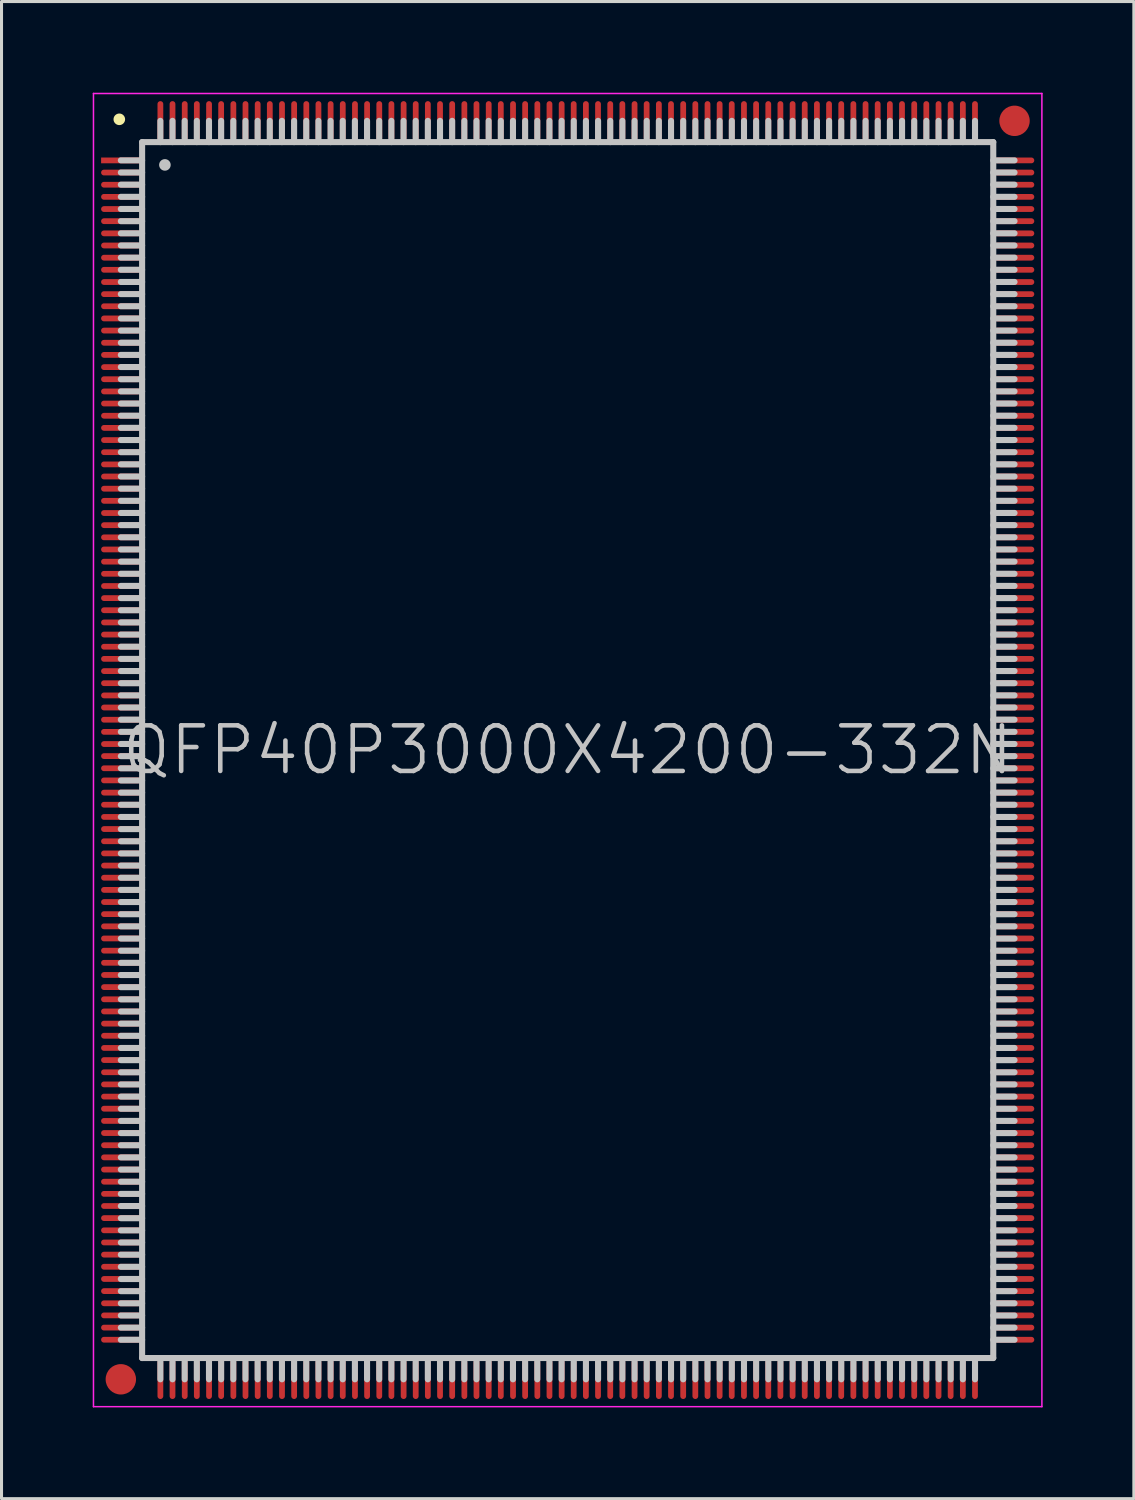
<source format=kicad_pcb>
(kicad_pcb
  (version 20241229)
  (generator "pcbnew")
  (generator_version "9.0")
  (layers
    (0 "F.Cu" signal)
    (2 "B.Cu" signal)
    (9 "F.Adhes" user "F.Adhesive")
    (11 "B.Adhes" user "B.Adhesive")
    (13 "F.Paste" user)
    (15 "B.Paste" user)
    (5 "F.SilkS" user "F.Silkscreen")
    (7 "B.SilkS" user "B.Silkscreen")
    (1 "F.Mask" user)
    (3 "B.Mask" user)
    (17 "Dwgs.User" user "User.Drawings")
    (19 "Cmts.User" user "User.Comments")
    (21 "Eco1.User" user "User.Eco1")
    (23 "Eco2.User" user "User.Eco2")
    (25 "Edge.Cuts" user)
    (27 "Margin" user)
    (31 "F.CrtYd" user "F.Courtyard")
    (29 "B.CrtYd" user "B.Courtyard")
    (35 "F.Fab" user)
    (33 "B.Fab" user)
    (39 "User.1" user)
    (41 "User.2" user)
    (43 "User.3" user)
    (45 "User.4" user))
  (footprint "QFP40P3000X4200-332N"
    (layer "F.Cu")
    (at 15.625 21.625)
    (property "Reference" "QFP40P3000X4200-332N" (at 0 0 0) (layer "Dwgs.User") (effects (font (size 1.5 1.5) (thickness 0.15))))
    (attr smd)
    (fp_line (start -14.75 -20.75) (end -14.75 -20.75) (stroke (width 0.381) (type solid)) (layer "F.SilkS"))
    (fp_line (start -14 -20) (end -14 20) (stroke (width 0.2) (type solid)) (layer "Dwgs.User"))
    (fp_line (start -14 -20) (end 14 -20) (stroke (width 0.2) (type solid)) (layer "Dwgs.User"))
    (fp_line (start -14 -19.4) (end -14.7 -19.4) (stroke (width 0.2) (type solid)) (layer "Dwgs.User"))
    (fp_line (start -14 -19) (end -14.7 -19) (stroke (width 0.2) (type solid)) (layer "Dwgs.User"))
    (fp_line (start -14 -18.6) (end -14.7 -18.6) (stroke (width 0.2) (type solid)) (layer "Dwgs.User"))
    (fp_line (start -14 -18.2) (end -14.7 -18.2) (stroke (width 0.2) (type solid)) (layer "Dwgs.User"))
    (fp_line (start -14 -17.8) (end -14.7 -17.8) (stroke (width 0.2) (type solid)) (layer "Dwgs.User"))
    (fp_line (start -14 -17.4) (end -14.7 -17.4) (stroke (width 0.2) (type solid)) (layer "Dwgs.User"))
    (fp_line (start -14 -17) (end -14.7 -17) (stroke (width 0.2) (type solid)) (layer "Dwgs.User"))
    (fp_line (start -14 -16.6) (end -14.7 -16.6) (stroke (width 0.2) (type solid)) (layer "Dwgs.User"))
    (fp_line (start -14 -16.2) (end -14.7 -16.2) (stroke (width 0.2) (type solid)) (layer "Dwgs.User"))
    (fp_line (start -14 -15.8) (end -14.7 -15.8) (stroke (width 0.2) (type solid)) (layer "Dwgs.User"))
    (fp_line (start -14 -15.4) (end -14.7 -15.4) (stroke (width 0.2) (type solid)) (layer "Dwgs.User"))
    (fp_line (start -14 -15) (end -14.7 -15) (stroke (width 0.2) (type solid)) (layer "Dwgs.User"))
    (fp_line (start -14 -14.6) (end -14.7 -14.6) (stroke (width 0.2) (type solid)) (layer "Dwgs.User"))
    (fp_line (start -14 -14.2) (end -14.7 -14.2) (stroke (width 0.2) (type solid)) (layer "Dwgs.User"))
    (fp_line (start -14 -13.8) (end -14.7 -13.8) (stroke (width 0.2) (type solid)) (layer "Dwgs.User"))
    (fp_line (start -14 -13.4) (end -14.7 -13.4) (stroke (width 0.2) (type solid)) (layer "Dwgs.User"))
    (fp_line (start -14 -13) (end -14.7 -13) (stroke (width 0.2) (type solid)) (layer "Dwgs.User"))
    (fp_line (start -14 -12.6) (end -14.7 -12.6) (stroke (width 0.2) (type solid)) (layer "Dwgs.User"))
    (fp_line (start -14 -12.2) (end -14.7 -12.2) (stroke (width 0.2) (type solid)) (layer "Dwgs.User"))
    (fp_line (start -14 -11.8) (end -14.7 -11.8) (stroke (width 0.2) (type solid)) (layer "Dwgs.User"))
    (fp_line (start -14 -11.4) (end -14.7 -11.4) (stroke (width 0.2) (type solid)) (layer "Dwgs.User"))
    (fp_line (start -14 -11) (end -14.7 -11) (stroke (width 0.2) (type solid)) (layer "Dwgs.User"))
    (fp_line (start -14 -10.6) (end -14.7 -10.6) (stroke (width 0.2) (type solid)) (layer "Dwgs.User"))
    (fp_line (start -14 -10.2) (end -14.7 -10.2) (stroke (width 0.2) (type solid)) (layer "Dwgs.User"))
    (fp_line (start -14 -9.8) (end -14.7 -9.8) (stroke (width 0.2) (type solid)) (layer "Dwgs.User"))
    (fp_line (start -14 -9.4) (end -14.7 -9.4) (stroke (width 0.2) (type solid)) (layer "Dwgs.User"))
    (fp_line (start -14 -9) (end -14.7 -9) (stroke (width 0.2) (type solid)) (layer "Dwgs.User"))
    (fp_line (start -14 -8.6) (end -14.7 -8.6) (stroke (width 0.2) (type solid)) (layer "Dwgs.User"))
    (fp_line (start -14 -8.2) (end -14.7 -8.2) (stroke (width 0.2) (type solid)) (layer "Dwgs.User"))
    (fp_line (start -14 -7.8) (end -14.7 -7.8) (stroke (width 0.2) (type solid)) (layer "Dwgs.User"))
    (fp_line (start -14 -7.4) (end -14.7 -7.4) (stroke (width 0.2) (type solid)) (layer "Dwgs.User"))
    (fp_line (start -14 -7) (end -14.7 -7) (stroke (width 0.2) (type solid)) (layer "Dwgs.User"))
    (fp_line (start -14 -6.6) (end -14.7 -6.6) (stroke (width 0.2) (type solid)) (layer "Dwgs.User"))
    (fp_line (start -14 -6.2) (end -14.7 -6.2) (stroke (width 0.2) (type solid)) (layer "Dwgs.User"))
    (fp_line (start -14 -5.8) (end -14.7 -5.8) (stroke (width 0.2) (type solid)) (layer "Dwgs.User"))
    (fp_line (start -14 -5.4) (end -14.7 -5.4) (stroke (width 0.2) (type solid)) (layer "Dwgs.User"))
    (fp_line (start -14 -5) (end -14.7 -5) (stroke (width 0.2) (type solid)) (layer "Dwgs.User"))
    (fp_line (start -14 -4.6) (end -14.7 -4.6) (stroke (width 0.2) (type solid)) (layer "Dwgs.User"))
    (fp_line (start -14 -4.2) (end -14.7 -4.2) (stroke (width 0.2) (type solid)) (layer "Dwgs.User"))
    (fp_line (start -14 -3.8) (end -14.7 -3.8) (stroke (width 0.2) (type solid)) (layer "Dwgs.User"))
    (fp_line (start -14 -3.4) (end -14.7 -3.4) (stroke (width 0.2) (type solid)) (layer "Dwgs.User"))
    (fp_line (start -14 -3) (end -14.7 -3) (stroke (width 0.2) (type solid)) (layer "Dwgs.User"))
    (fp_line (start -14 -2.6) (end -14.7 -2.6) (stroke (width 0.2) (type solid)) (layer "Dwgs.User"))
    (fp_line (start -14 -2.2) (end -14.7 -2.2) (stroke (width 0.2) (type solid)) (layer "Dwgs.User"))
    (fp_line (start -14 -1.8) (end -14.7 -1.8) (stroke (width 0.2) (type solid)) (layer "Dwgs.User"))
    (fp_line (start -14 -1.4) (end -14.7 -1.4) (stroke (width 0.2) (type solid)) (layer "Dwgs.User"))
    (fp_line (start -14 -1) (end -14.7 -1) (stroke (width 0.2) (type solid)) (layer "Dwgs.User"))
    (fp_line (start -14 -0.6) (end -14.7 -0.6) (stroke (width 0.2) (type solid)) (layer "Dwgs.User"))
    (fp_line (start -14 -0.2) (end -14.7 -0.2) (stroke (width 0.2) (type solid)) (layer "Dwgs.User"))
    (fp_line (start -14 0.2) (end -14.7 0.2) (stroke (width 0.2) (type solid)) (layer "Dwgs.User"))
    (fp_line (start -14 0.6) (end -14.7 0.6) (stroke (width 0.2) (type solid)) (layer "Dwgs.User"))
    (fp_line (start -14 1) (end -14.7 1) (stroke (width 0.2) (type solid)) (layer "Dwgs.User"))
    (fp_line (start -14 1.4) (end -14.7 1.4) (stroke (width 0.2) (type solid)) (layer "Dwgs.User"))
    (fp_line (start -14 1.8) (end -14.7 1.8) (stroke (width 0.2) (type solid)) (layer "Dwgs.User"))
    (fp_line (start -14 2.2) (end -14.7 2.2) (stroke (width 0.2) (type solid)) (layer "Dwgs.User"))
    (fp_line (start -14 2.6) (end -14.7 2.6) (stroke (width 0.2) (type solid)) (layer "Dwgs.User"))
    (fp_line (start -14 3) (end -14.7 3) (stroke (width 0.2) (type solid)) (layer "Dwgs.User"))
    (fp_line (start -14 3.4) (end -14.7 3.4) (stroke (width 0.2) (type solid)) (layer "Dwgs.User"))
    (fp_line (start -14 3.8) (end -14.7 3.8) (stroke (width 0.2) (type solid)) (layer "Dwgs.User"))
    (fp_line (start -14 4.2) (end -14.7 4.2) (stroke (width 0.2) (type solid)) (layer "Dwgs.User"))
    (fp_line (start -14 4.6) (end -14.7 4.6) (stroke (width 0.2) (type solid)) (layer "Dwgs.User"))
    (fp_line (start -14 5) (end -14.7 5) (stroke (width 0.2) (type solid)) (layer "Dwgs.User"))
    (fp_line (start -14 5.4) (end -14.7 5.4) (stroke (width 0.2) (type solid)) (layer "Dwgs.User"))
    (fp_line (start -14 5.8) (end -14.7 5.8) (stroke (width 0.2) (type solid)) (layer "Dwgs.User"))
    (fp_line (start -14 6.2) (end -14.7 6.2) (stroke (width 0.2) (type solid)) (layer "Dwgs.User"))
    (fp_line (start -14 6.6) (end -14.7 6.6) (stroke (width 0.2) (type solid)) (layer "Dwgs.User"))
    (fp_line (start -14 7) (end -14.7 7) (stroke (width 0.2) (type solid)) (layer "Dwgs.User"))
    (fp_line (start -14 7.4) (end -14.7 7.4) (stroke (width 0.2) (type solid)) (layer "Dwgs.User"))
    (fp_line (start -14 7.8) (end -14.7 7.8) (stroke (width 0.2) (type solid)) (layer "Dwgs.User"))
    (fp_line (start -14 8.2) (end -14.7 8.2) (stroke (width 0.2) (type solid)) (layer "Dwgs.User"))
    (fp_line (start -14 8.6) (end -14.7 8.6) (stroke (width 0.2) (type solid)) (layer "Dwgs.User"))
    (fp_line (start -14 9) (end -14.7 9) (stroke (width 0.2) (type solid)) (layer "Dwgs.User"))
    (fp_line (start -14 9.4) (end -14.7 9.4) (stroke (width 0.2) (type solid)) (layer "Dwgs.User"))
    (fp_line (start -14 9.8) (end -14.7 9.8) (stroke (width 0.2) (type solid)) (layer "Dwgs.User"))
    (fp_line (start -14 10.2) (end -14.7 10.2) (stroke (width 0.2) (type solid)) (layer "Dwgs.User"))
    (fp_line (start -14 10.6) (end -14.7 10.6) (stroke (width 0.2) (type solid)) (layer "Dwgs.User"))
    (fp_line (start -14 11) (end -14.7 11) (stroke (width 0.2) (type solid)) (layer "Dwgs.User"))
    (fp_line (start -14 11.4) (end -14.7 11.4) (stroke (width 0.2) (type solid)) (layer "Dwgs.User"))
    (fp_line (start -14 11.8) (end -14.7 11.8) (stroke (width 0.2) (type solid)) (layer "Dwgs.User"))
    (fp_line (start -14 12.2) (end -14.7 12.2) (stroke (width 0.2) (type solid)) (layer "Dwgs.User"))
    (fp_line (start -14 12.6) (end -14.7 12.6) (stroke (width 0.2) (type solid)) (layer "Dwgs.User"))
    (fp_line (start -14 13) (end -14.7 13) (stroke (width 0.2) (type solid)) (layer "Dwgs.User"))
    (fp_line (start -14 13.4) (end -14.7 13.4) (stroke (width 0.2) (type solid)) (layer "Dwgs.User"))
    (fp_line (start -14 13.8) (end -14.7 13.8) (stroke (width 0.2) (type solid)) (layer "Dwgs.User"))
    (fp_line (start -14 14.2) (end -14.7 14.2) (stroke (width 0.2) (type solid)) (layer "Dwgs.User"))
    (fp_line (start -14 14.6) (end -14.7 14.6) (stroke (width 0.2) (type solid)) (layer "Dwgs.User"))
    (fp_line (start -14 15) (end -14.7 15) (stroke (width 0.2) (type solid)) (layer "Dwgs.User"))
    (fp_line (start -14 15.4) (end -14.7 15.4) (stroke (width 0.2) (type solid)) (layer "Dwgs.User"))
    (fp_line (start -14 15.8) (end -14.7 15.8) (stroke (width 0.2) (type solid)) (layer "Dwgs.User"))
    (fp_line (start -14 16.2) (end -14.7 16.2) (stroke (width 0.2) (type solid)) (layer "Dwgs.User"))
    (fp_line (start -14 16.6) (end -14.7 16.6) (stroke (width 0.2) (type solid)) (layer "Dwgs.User"))
    (fp_line (start -14 17) (end -14.7 17) (stroke (width 0.2) (type solid)) (layer "Dwgs.User"))
    (fp_line (start -14 17.4) (end -14.7 17.4) (stroke (width 0.2) (type solid)) (layer "Dwgs.User"))
    (fp_line (start -14 17.8) (end -14.7 17.8) (stroke (width 0.2) (type solid)) (layer "Dwgs.User"))
    (fp_line (start -14 18.2) (end -14.7 18.2) (stroke (width 0.2) (type solid)) (layer "Dwgs.User"))
    (fp_line (start -14 18.6) (end -14.7 18.6) (stroke (width 0.2) (type solid)) (layer "Dwgs.User"))
    (fp_line (start -14 19) (end -14.7 19) (stroke (width 0.2) (type solid)) (layer "Dwgs.User"))
    (fp_line (start -14 19.4) (end -14.7 19.4) (stroke (width 0.2) (type solid)) (layer "Dwgs.User"))
    (fp_line (start -14 20) (end 14 20) (stroke (width 0.2) (type solid)) (layer "Dwgs.User"))
    (fp_line (start -13.4 -20) (end -13.4 -20.7) (stroke (width 0.2) (type solid)) (layer "Dwgs.User"))
    (fp_line (start -13.4 20.7) (end -13.4 20) (stroke (width 0.2) (type solid)) (layer "Dwgs.User"))
    (fp_line (start -13.25 -19.25) (end -13.25 -19.25) (stroke (width 0.381) (type solid)) (layer "Dwgs.User"))
    (fp_line (start -13 -20) (end -13 -20.7) (stroke (width 0.2) (type solid)) (layer "Dwgs.User"))
    (fp_line (start -13 20.7) (end -13 20) (stroke (width 0.2) (type solid)) (layer "Dwgs.User"))
    (fp_line (start -12.6 -20) (end -12.6 -20.7) (stroke (width 0.2) (type solid)) (layer "Dwgs.User"))
    (fp_line (start -12.6 20.7) (end -12.6 20) (stroke (width 0.2) (type solid)) (layer "Dwgs.User"))
    (fp_line (start -12.2 -20) (end -12.2 -20.7) (stroke (width 0.2) (type solid)) (layer "Dwgs.User"))
    (fp_line (start -12.2 20.7) (end -12.2 20) (stroke (width 0.2) (type solid)) (layer "Dwgs.User"))
    (fp_line (start -11.8 -20) (end -11.8 -20.7) (stroke (width 0.2) (type solid)) (layer "Dwgs.User"))
    (fp_line (start -11.8 20.7) (end -11.8 20) (stroke (width 0.2) (type solid)) (layer "Dwgs.User"))
    (fp_line (start -11.4 -20) (end -11.4 -20.7) (stroke (width 0.2) (type solid)) (layer "Dwgs.User"))
    (fp_line (start -11.4 20.7) (end -11.4 20) (stroke (width 0.2) (type solid)) (layer "Dwgs.User"))
    (fp_line (start -11 -20) (end -11 -20.7) (stroke (width 0.2) (type solid)) (layer "Dwgs.User"))
    (fp_line (start -11 20.7) (end -11 20) (stroke (width 0.2) (type solid)) (layer "Dwgs.User"))
    (fp_line (start -10.6 -20) (end -10.6 -20.7) (stroke (width 0.2) (type solid)) (layer "Dwgs.User"))
    (fp_line (start -10.6 20.7) (end -10.6 20) (stroke (width 0.2) (type solid)) (layer "Dwgs.User"))
    (fp_line (start -10.2 -20) (end -10.2 -20.7) (stroke (width 0.2) (type solid)) (layer "Dwgs.User"))
    (fp_line (start -10.2 20.7) (end -10.2 20) (stroke (width 0.2) (type solid)) (layer "Dwgs.User"))
    (fp_line (start -9.8 -20) (end -9.8 -20.7) (stroke (width 0.2) (type solid)) (layer "Dwgs.User"))
    (fp_line (start -9.8 20.7) (end -9.8 20) (stroke (width 0.2) (type solid)) (layer "Dwgs.User"))
    (fp_line (start -9.4 -20) (end -9.4 -20.7) (stroke (width 0.2) (type solid)) (layer "Dwgs.User"))
    (fp_line (start -9.4 20.7) (end -9.4 20) (stroke (width 0.2) (type solid)) (layer "Dwgs.User"))
    (fp_line (start -9 -20) (end -9 -20.7) (stroke (width 0.2) (type solid)) (layer "Dwgs.User"))
    (fp_line (start -9 20.7) (end -9 20) (stroke (width 0.2) (type solid)) (layer "Dwgs.User"))
    (fp_line (start -8.6 -20) (end -8.6 -20.7) (stroke (width 0.2) (type solid)) (layer "Dwgs.User"))
    (fp_line (start -8.6 20.7) (end -8.6 20) (stroke (width 0.2) (type solid)) (layer "Dwgs.User"))
    (fp_line (start -8.2 -20) (end -8.2 -20.7) (stroke (width 0.2) (type solid)) (layer "Dwgs.User"))
    (fp_line (start -8.2 20.7) (end -8.2 20) (stroke (width 0.2) (type solid)) (layer "Dwgs.User"))
    (fp_line (start -7.8 -20) (end -7.8 -20.7) (stroke (width 0.2) (type solid)) (layer "Dwgs.User"))
    (fp_line (start -7.8 20.7) (end -7.8 20) (stroke (width 0.2) (type solid)) (layer "Dwgs.User"))
    (fp_line (start -7.4 -20) (end -7.4 -20.7) (stroke (width 0.2) (type solid)) (layer "Dwgs.User"))
    (fp_line (start -7.4 20.7) (end -7.4 20) (stroke (width 0.2) (type solid)) (layer "Dwgs.User"))
    (fp_line (start -7 -20) (end -7 -20.7) (stroke (width 0.2) (type solid)) (layer "Dwgs.User"))
    (fp_line (start -7 20.7) (end -7 20) (stroke (width 0.2) (type solid)) (layer "Dwgs.User"))
    (fp_line (start -6.6 -20) (end -6.6 -20.7) (stroke (width 0.2) (type solid)) (layer "Dwgs.User"))
    (fp_line (start -6.6 20.7) (end -6.6 20) (stroke (width 0.2) (type solid)) (layer "Dwgs.User"))
    (fp_line (start -6.2 -20) (end -6.2 -20.7) (stroke (width 0.2) (type solid)) (layer "Dwgs.User"))
    (fp_line (start -6.2 20.7) (end -6.2 20) (stroke (width 0.2) (type solid)) (layer "Dwgs.User"))
    (fp_line (start -5.8 -20) (end -5.8 -20.7) (stroke (width 0.2) (type solid)) (layer "Dwgs.User"))
    (fp_line (start -5.8 20.7) (end -5.8 20) (stroke (width 0.2) (type solid)) (layer "Dwgs.User"))
    (fp_line (start -5.4 -20) (end -5.4 -20.7) (stroke (width 0.2) (type solid)) (layer "Dwgs.User"))
    (fp_line (start -5.4 20.7) (end -5.4 20) (stroke (width 0.2) (type solid)) (layer "Dwgs.User"))
    (fp_line (start -5 -20) (end -5 -20.7) (stroke (width 0.2) (type solid)) (layer "Dwgs.User"))
    (fp_line (start -5 20.7) (end -5 20) (stroke (width 0.2) (type solid)) (layer "Dwgs.User"))
    (fp_line (start -4.6 -20) (end -4.6 -20.7) (stroke (width 0.2) (type solid)) (layer "Dwgs.User"))
    (fp_line (start -4.6 20.7) (end -4.6 20) (stroke (width 0.2) (type solid)) (layer "Dwgs.User"))
    (fp_line (start -4.2 -20) (end -4.2 -20.7) (stroke (width 0.2) (type solid)) (layer "Dwgs.User"))
    (fp_line (start -4.2 20.7) (end -4.2 20) (stroke (width 0.2) (type solid)) (layer "Dwgs.User"))
    (fp_line (start -3.8 -20) (end -3.8 -20.7) (stroke (width 0.2) (type solid)) (layer "Dwgs.User"))
    (fp_line (start -3.8 20.7) (end -3.8 20) (stroke (width 0.2) (type solid)) (layer "Dwgs.User"))
    (fp_line (start -3.4 -20) (end -3.4 -20.7) (stroke (width 0.2) (type solid)) (layer "Dwgs.User"))
    (fp_line (start -3.4 20.7) (end -3.4 20) (stroke (width 0.2) (type solid)) (layer "Dwgs.User"))
    (fp_line (start -3 -20) (end -3 -20.7) (stroke (width 0.2) (type solid)) (layer "Dwgs.User"))
    (fp_line (start -3 20.7) (end -3 20) (stroke (width 0.2) (type solid)) (layer "Dwgs.User"))
    (fp_line (start -2.6 -20) (end -2.6 -20.7) (stroke (width 0.2) (type solid)) (layer "Dwgs.User"))
    (fp_line (start -2.6 20.7) (end -2.6 20) (stroke (width 0.2) (type solid)) (layer "Dwgs.User"))
    (fp_line (start -2.2 -20) (end -2.2 -20.7) (stroke (width 0.2) (type solid)) (layer "Dwgs.User"))
    (fp_line (start -2.2 20.7) (end -2.2 20) (stroke (width 0.2) (type solid)) (layer "Dwgs.User"))
    (fp_line (start -1.8 -20) (end -1.8 -20.7) (stroke (width 0.2) (type solid)) (layer "Dwgs.User"))
    (fp_line (start -1.8 20.7) (end -1.8 20) (stroke (width 0.2) (type solid)) (layer "Dwgs.User"))
    (fp_line (start -1.4 -20) (end -1.4 -20.7) (stroke (width 0.2) (type solid)) (layer "Dwgs.User"))
    (fp_line (start -1.4 20.7) (end -1.4 20) (stroke (width 0.2) (type solid)) (layer "Dwgs.User"))
    (fp_line (start -1 -20) (end -1 -20.7) (stroke (width 0.2) (type solid)) (layer "Dwgs.User"))
    (fp_line (start -1 20.7) (end -1 20) (stroke (width 0.2) (type solid)) (layer "Dwgs.User"))
    (fp_line (start -0.6 -20) (end -0.6 -20.7) (stroke (width 0.2) (type solid)) (layer "Dwgs.User"))
    (fp_line (start -0.6 20.7) (end -0.6 20) (stroke (width 0.2) (type solid)) (layer "Dwgs.User"))
    (fp_line (start -0.2 -20) (end -0.2 -20.7) (stroke (width 0.2) (type solid)) (layer "Dwgs.User"))
    (fp_line (start -0.2 20.7) (end -0.2 20) (stroke (width 0.2) (type solid)) (layer "Dwgs.User"))
    (fp_line (start 0.2 -20) (end 0.2 -20.7) (stroke (width 0.2) (type solid)) (layer "Dwgs.User"))
    (fp_line (start 0.2 20.7) (end 0.2 20) (stroke (width 0.2) (type solid)) (layer "Dwgs.User"))
    (fp_line (start 0.6 -20) (end 0.6 -20.7) (stroke (width 0.2) (type solid)) (layer "Dwgs.User"))
    (fp_line (start 0.6 20.7) (end 0.6 20) (stroke (width 0.2) (type solid)) (layer "Dwgs.User"))
    (fp_line (start 1 -20) (end 1 -20.7) (stroke (width 0.2) (type solid)) (layer "Dwgs.User"))
    (fp_line (start 1 20.7) (end 1 20) (stroke (width 0.2) (type solid)) (layer "Dwgs.User"))
    (fp_line (start 1.4 -20) (end 1.4 -20.7) (stroke (width 0.2) (type solid)) (layer "Dwgs.User"))
    (fp_line (start 1.4 20.7) (end 1.4 20) (stroke (width 0.2) (type solid)) (layer "Dwgs.User"))
    (fp_line (start 1.8 -20) (end 1.8 -20.7) (stroke (width 0.2) (type solid)) (layer "Dwgs.User"))
    (fp_line (start 1.8 20.7) (end 1.8 20) (stroke (width 0.2) (type solid)) (layer "Dwgs.User"))
    (fp_line (start 2.2 -20) (end 2.2 -20.7) (stroke (width 0.2) (type solid)) (layer "Dwgs.User"))
    (fp_line (start 2.2 20.7) (end 2.2 20) (stroke (width 0.2) (type solid)) (layer "Dwgs.User"))
    (fp_line (start 2.6 -20) (end 2.6 -20.7) (stroke (width 0.2) (type solid)) (layer "Dwgs.User"))
    (fp_line (start 2.6 20.7) (end 2.6 20) (stroke (width 0.2) (type solid)) (layer "Dwgs.User"))
    (fp_line (start 3 -20) (end 3 -20.7) (stroke (width 0.2) (type solid)) (layer "Dwgs.User"))
    (fp_line (start 3 20.7) (end 3 20) (stroke (width 0.2) (type solid)) (layer "Dwgs.User"))
    (fp_line (start 3.4 -20) (end 3.4 -20.7) (stroke (width 0.2) (type solid)) (layer "Dwgs.User"))
    (fp_line (start 3.4 20.7) (end 3.4 20) (stroke (width 0.2) (type solid)) (layer "Dwgs.User"))
    (fp_line (start 3.8 -20) (end 3.8 -20.7) (stroke (width 0.2) (type solid)) (layer "Dwgs.User"))
    (fp_line (start 3.8 20.7) (end 3.8 20) (stroke (width 0.2) (type solid)) (layer "Dwgs.User"))
    (fp_line (start 4.2 -20) (end 4.2 -20.7) (stroke (width 0.2) (type solid)) (layer "Dwgs.User"))
    (fp_line (start 4.2 20.7) (end 4.2 20) (stroke (width 0.2) (type solid)) (layer "Dwgs.User"))
    (fp_line (start 4.6 -20) (end 4.6 -20.7) (stroke (width 0.2) (type solid)) (layer "Dwgs.User"))
    (fp_line (start 4.6 20.7) (end 4.6 20) (stroke (width 0.2) (type solid)) (layer "Dwgs.User"))
    (fp_line (start 5 -20) (end 5 -20.7) (stroke (width 0.2) (type solid)) (layer "Dwgs.User"))
    (fp_line (start 5 20.7) (end 5 20) (stroke (width 0.2) (type solid)) (layer "Dwgs.User"))
    (fp_line (start 5.4 -20) (end 5.4 -20.7) (stroke (width 0.2) (type solid)) (layer "Dwgs.User"))
    (fp_line (start 5.4 20.7) (end 5.4 20) (stroke (width 0.2) (type solid)) (layer "Dwgs.User"))
    (fp_line (start 5.8 -20) (end 5.8 -20.7) (stroke (width 0.2) (type solid)) (layer "Dwgs.User"))
    (fp_line (start 5.8 20.7) (end 5.8 20) (stroke (width 0.2) (type solid)) (layer "Dwgs.User"))
    (fp_line (start 6.2 -20) (end 6.2 -20.7) (stroke (width 0.2) (type solid)) (layer "Dwgs.User"))
    (fp_line (start 6.2 20.7) (end 6.2 20) (stroke (width 0.2) (type solid)) (layer "Dwgs.User"))
    (fp_line (start 6.6 -20) (end 6.6 -20.7) (stroke (width 0.2) (type solid)) (layer "Dwgs.User"))
    (fp_line (start 6.6 20.7) (end 6.6 20) (stroke (width 0.2) (type solid)) (layer "Dwgs.User"))
    (fp_line (start 7 -20) (end 7 -20.7) (stroke (width 0.2) (type solid)) (layer "Dwgs.User"))
    (fp_line (start 7 20.7) (end 7 20) (stroke (width 0.2) (type solid)) (layer "Dwgs.User"))
    (fp_line (start 7.4 -20) (end 7.4 -20.7) (stroke (width 0.2) (type solid)) (layer "Dwgs.User"))
    (fp_line (start 7.4 20.7) (end 7.4 20) (stroke (width 0.2) (type solid)) (layer "Dwgs.User"))
    (fp_line (start 7.8 -20) (end 7.8 -20.7) (stroke (width 0.2) (type solid)) (layer "Dwgs.User"))
    (fp_line (start 7.8 20.7) (end 7.8 20) (stroke (width 0.2) (type solid)) (layer "Dwgs.User"))
    (fp_line (start 8.2 -20) (end 8.2 -20.7) (stroke (width 0.2) (type solid)) (layer "Dwgs.User"))
    (fp_line (start 8.2 20.7) (end 8.2 20) (stroke (width 0.2) (type solid)) (layer "Dwgs.User"))
    (fp_line (start 8.6 -20) (end 8.6 -20.7) (stroke (width 0.2) (type solid)) (layer "Dwgs.User"))
    (fp_line (start 8.6 20.7) (end 8.6 20) (stroke (width 0.2) (type solid)) (layer "Dwgs.User"))
    (fp_line (start 9 -20) (end 9 -20.7) (stroke (width 0.2) (type solid)) (layer "Dwgs.User"))
    (fp_line (start 9 20.7) (end 9 20) (stroke (width 0.2) (type solid)) (layer "Dwgs.User"))
    (fp_line (start 9.4 -20) (end 9.4 -20.7) (stroke (width 0.2) (type solid)) (layer "Dwgs.User"))
    (fp_line (start 9.4 20.7) (end 9.4 20) (stroke (width 0.2) (type solid)) (layer "Dwgs.User"))
    (fp_line (start 9.8 -20) (end 9.8 -20.7) (stroke (width 0.2) (type solid)) (layer "Dwgs.User"))
    (fp_line (start 9.8 20.7) (end 9.8 20) (stroke (width 0.2) (type solid)) (layer "Dwgs.User"))
    (fp_line (start 10.2 -20) (end 10.2 -20.7) (stroke (width 0.2) (type solid)) (layer "Dwgs.User"))
    (fp_line (start 10.2 20.7) (end 10.2 20) (stroke (width 0.2) (type solid)) (layer "Dwgs.User"))
    (fp_line (start 10.6 -20) (end 10.6 -20.7) (stroke (width 0.2) (type solid)) (layer "Dwgs.User"))
    (fp_line (start 10.6 20.7) (end 10.6 20) (stroke (width 0.2) (type solid)) (layer "Dwgs.User"))
    (fp_line (start 11 -20) (end 11 -20.7) (stroke (width 0.2) (type solid)) (layer "Dwgs.User"))
    (fp_line (start 11 20.7) (end 11 20) (stroke (width 0.2) (type solid)) (layer "Dwgs.User"))
    (fp_line (start 11.4 -20) (end 11.4 -20.7) (stroke (width 0.2) (type solid)) (layer "Dwgs.User"))
    (fp_line (start 11.4 20.7) (end 11.4 20) (stroke (width 0.2) (type solid)) (layer "Dwgs.User"))
    (fp_line (start 11.8 -20) (end 11.8 -20.7) (stroke (width 0.2) (type solid)) (layer "Dwgs.User"))
    (fp_line (start 11.8 20.7) (end 11.8 20) (stroke (width 0.2) (type solid)) (layer "Dwgs.User"))
    (fp_line (start 12.2 -20) (end 12.2 -20.7) (stroke (width 0.2) (type solid)) (layer "Dwgs.User"))
    (fp_line (start 12.2 20.7) (end 12.2 20) (stroke (width 0.2) (type solid)) (layer "Dwgs.User"))
    (fp_line (start 12.6 -20) (end 12.6 -20.7) (stroke (width 0.2) (type solid)) (layer "Dwgs.User"))
    (fp_line (start 12.6 20.7) (end 12.6 20) (stroke (width 0.2) (type solid)) (layer "Dwgs.User"))
    (fp_line (start 13 -20) (end 13 -20.7) (stroke (width 0.2) (type solid)) (layer "Dwgs.User"))
    (fp_line (start 13 20.7) (end 13 20) (stroke (width 0.2) (type solid)) (layer "Dwgs.User"))
    (fp_line (start 13.4 -20) (end 13.4 -20.7) (stroke (width 0.2) (type solid)) (layer "Dwgs.User"))
    (fp_line (start 13.4 20.7) (end 13.4 20) (stroke (width 0.2) (type solid)) (layer "Dwgs.User"))
    (fp_line (start 14 -20) (end 14 20) (stroke (width 0.2) (type solid)) (layer "Dwgs.User"))
    (fp_line (start 14.7 -19.4) (end 14 -19.4) (stroke (width 0.2) (type solid)) (layer "Dwgs.User"))
    (fp_line (start 14.7 -19) (end 14 -19) (stroke (width 0.2) (type solid)) (layer "Dwgs.User"))
    (fp_line (start 14.7 -18.6) (end 14 -18.6) (stroke (width 0.2) (type solid)) (layer "Dwgs.User"))
    (fp_line (start 14.7 -18.2) (end 14 -18.2) (stroke (width 0.2) (type solid)) (layer "Dwgs.User"))
    (fp_line (start 14.7 -17.8) (end 14 -17.8) (stroke (width 0.2) (type solid)) (layer "Dwgs.User"))
    (fp_line (start 14.7 -17.4) (end 14 -17.4) (stroke (width 0.2) (type solid)) (layer "Dwgs.User"))
    (fp_line (start 14.7 -17) (end 14 -17) (stroke (width 0.2) (type solid)) (layer "Dwgs.User"))
    (fp_line (start 14.7 -16.6) (end 14 -16.6) (stroke (width 0.2) (type solid)) (layer "Dwgs.User"))
    (fp_line (start 14.7 -16.2) (end 14 -16.2) (stroke (width 0.2) (type solid)) (layer "Dwgs.User"))
    (fp_line (start 14.7 -15.8) (end 14 -15.8) (stroke (width 0.2) (type solid)) (layer "Dwgs.User"))
    (fp_line (start 14.7 -15.4) (end 14 -15.4) (stroke (width 0.2) (type solid)) (layer "Dwgs.User"))
    (fp_line (start 14.7 -15) (end 14 -15) (stroke (width 0.2) (type solid)) (layer "Dwgs.User"))
    (fp_line (start 14.7 -14.6) (end 14 -14.6) (stroke (width 0.2) (type solid)) (layer "Dwgs.User"))
    (fp_line (start 14.7 -14.2) (end 14 -14.2) (stroke (width 0.2) (type solid)) (layer "Dwgs.User"))
    (fp_line (start 14.7 -13.8) (end 14 -13.8) (stroke (width 0.2) (type solid)) (layer "Dwgs.User"))
    (fp_line (start 14.7 -13.4) (end 14 -13.4) (stroke (width 0.2) (type solid)) (layer "Dwgs.User"))
    (fp_line (start 14.7 -13) (end 14 -13) (stroke (width 0.2) (type solid)) (layer "Dwgs.User"))
    (fp_line (start 14.7 -12.6) (end 14 -12.6) (stroke (width 0.2) (type solid)) (layer "Dwgs.User"))
    (fp_line (start 14.7 -12.2) (end 14 -12.2) (stroke (width 0.2) (type solid)) (layer "Dwgs.User"))
    (fp_line (start 14.7 -11.8) (end 14 -11.8) (stroke (width 0.2) (type solid)) (layer "Dwgs.User"))
    (fp_line (start 14.7 -11.4) (end 14 -11.4) (stroke (width 0.2) (type solid)) (layer "Dwgs.User"))
    (fp_line (start 14.7 -11) (end 14 -11) (stroke (width 0.2) (type solid)) (layer "Dwgs.User"))
    (fp_line (start 14.7 -10.6) (end 14 -10.6) (stroke (width 0.2) (type solid)) (layer "Dwgs.User"))
    (fp_line (start 14.7 -10.2) (end 14 -10.2) (stroke (width 0.2) (type solid)) (layer "Dwgs.User"))
    (fp_line (start 14.7 -9.8) (end 14 -9.8) (stroke (width 0.2) (type solid)) (layer "Dwgs.User"))
    (fp_line (start 14.7 -9.4) (end 14 -9.4) (stroke (width 0.2) (type solid)) (layer "Dwgs.User"))
    (fp_line (start 14.7 -9) (end 14 -9) (stroke (width 0.2) (type solid)) (layer "Dwgs.User"))
    (fp_line (start 14.7 -8.6) (end 14 -8.6) (stroke (width 0.2) (type solid)) (layer "Dwgs.User"))
    (fp_line (start 14.7 -8.2) (end 14 -8.2) (stroke (width 0.2) (type solid)) (layer "Dwgs.User"))
    (fp_line (start 14.7 -7.8) (end 14 -7.8) (stroke (width 0.2) (type solid)) (layer "Dwgs.User"))
    (fp_line (start 14.7 -7.4) (end 14 -7.4) (stroke (width 0.2) (type solid)) (layer "Dwgs.User"))
    (fp_line (start 14.7 -7) (end 14 -7) (stroke (width 0.2) (type solid)) (layer "Dwgs.User"))
    (fp_line (start 14.7 -6.6) (end 14 -6.6) (stroke (width 0.2) (type solid)) (layer "Dwgs.User"))
    (fp_line (start 14.7 -6.2) (end 14 -6.2) (stroke (width 0.2) (type solid)) (layer "Dwgs.User"))
    (fp_line (start 14.7 -5.8) (end 14 -5.8) (stroke (width 0.2) (type solid)) (layer "Dwgs.User"))
    (fp_line (start 14.7 -5.4) (end 14 -5.4) (stroke (width 0.2) (type solid)) (layer "Dwgs.User"))
    (fp_line (start 14.7 -5) (end 14 -5) (stroke (width 0.2) (type solid)) (layer "Dwgs.User"))
    (fp_line (start 14.7 -4.6) (end 14 -4.6) (stroke (width 0.2) (type solid)) (layer "Dwgs.User"))
    (fp_line (start 14.7 -4.2) (end 14 -4.2) (stroke (width 0.2) (type solid)) (layer "Dwgs.User"))
    (fp_line (start 14.7 -3.8) (end 14 -3.8) (stroke (width 0.2) (type solid)) (layer "Dwgs.User"))
    (fp_line (start 14.7 -3.4) (end 14 -3.4) (stroke (width 0.2) (type solid)) (layer "Dwgs.User"))
    (fp_line (start 14.7 -3) (end 14 -3) (stroke (width 0.2) (type solid)) (layer "Dwgs.User"))
    (fp_line (start 14.7 -2.6) (end 14 -2.6) (stroke (width 0.2) (type solid)) (layer "Dwgs.User"))
    (fp_line (start 14.7 -2.2) (end 14 -2.2) (stroke (width 0.2) (type solid)) (layer "Dwgs.User"))
    (fp_line (start 14.7 -1.8) (end 14 -1.8) (stroke (width 0.2) (type solid)) (layer "Dwgs.User"))
    (fp_line (start 14.7 -1.4) (end 14 -1.4) (stroke (width 0.2) (type solid)) (layer "Dwgs.User"))
    (fp_line (start 14.7 -1) (end 14 -1) (stroke (width 0.2) (type solid)) (layer "Dwgs.User"))
    (fp_line (start 14.7 -0.6) (end 14 -0.6) (stroke (width 0.2) (type solid)) (layer "Dwgs.User"))
    (fp_line (start 14.7 -0.2) (end 14 -0.2) (stroke (width 0.2) (type solid)) (layer "Dwgs.User"))
    (fp_line (start 14.7 0.2) (end 14 0.2) (stroke (width 0.2) (type solid)) (layer "Dwgs.User"))
    (fp_line (start 14.7 0.6) (end 14 0.6) (stroke (width 0.2) (type solid)) (layer "Dwgs.User"))
    (fp_line (start 14.7 1) (end 14 1) (stroke (width 0.2) (type solid)) (layer "Dwgs.User"))
    (fp_line (start 14.7 1.4) (end 14 1.4) (stroke (width 0.2) (type solid)) (layer "Dwgs.User"))
    (fp_line (start 14.7 1.8) (end 14 1.8) (stroke (width 0.2) (type solid)) (layer "Dwgs.User"))
    (fp_line (start 14.7 2.2) (end 14 2.2) (stroke (width 0.2) (type solid)) (layer "Dwgs.User"))
    (fp_line (start 14.7 2.6) (end 14 2.6) (stroke (width 0.2) (type solid)) (layer "Dwgs.User"))
    (fp_line (start 14.7 3) (end 14 3) (stroke (width 0.2) (type solid)) (layer "Dwgs.User"))
    (fp_line (start 14.7 3.4) (end 14 3.4) (stroke (width 0.2) (type solid)) (layer "Dwgs.User"))
    (fp_line (start 14.7 3.8) (end 14 3.8) (stroke (width 0.2) (type solid)) (layer "Dwgs.User"))
    (fp_line (start 14.7 4.2) (end 14 4.2) (stroke (width 0.2) (type solid)) (layer "Dwgs.User"))
    (fp_line (start 14.7 4.6) (end 14 4.6) (stroke (width 0.2) (type solid)) (layer "Dwgs.User"))
    (fp_line (start 14.7 5) (end 14 5) (stroke (width 0.2) (type solid)) (layer "Dwgs.User"))
    (fp_line (start 14.7 5.4) (end 14 5.4) (stroke (width 0.2) (type solid)) (layer "Dwgs.User"))
    (fp_line (start 14.7 5.8) (end 14 5.8) (stroke (width 0.2) (type solid)) (layer "Dwgs.User"))
    (fp_line (start 14.7 6.2) (end 14 6.2) (stroke (width 0.2) (type solid)) (layer "Dwgs.User"))
    (fp_line (start 14.7 6.6) (end 14 6.6) (stroke (width 0.2) (type solid)) (layer "Dwgs.User"))
    (fp_line (start 14.7 7) (end 14 7) (stroke (width 0.2) (type solid)) (layer "Dwgs.User"))
    (fp_line (start 14.7 7.4) (end 14 7.4) (stroke (width 0.2) (type solid)) (layer "Dwgs.User"))
    (fp_line (start 14.7 7.8) (end 14 7.8) (stroke (width 0.2) (type solid)) (layer "Dwgs.User"))
    (fp_line (start 14.7 8.2) (end 14 8.2) (stroke (width 0.2) (type solid)) (layer "Dwgs.User"))
    (fp_line (start 14.7 8.6) (end 14 8.6) (stroke (width 0.2) (type solid)) (layer "Dwgs.User"))
    (fp_line (start 14.7 9) (end 14 9) (stroke (width 0.2) (type solid)) (layer "Dwgs.User"))
    (fp_line (start 14.7 9.4) (end 14 9.4) (stroke (width 0.2) (type solid)) (layer "Dwgs.User"))
    (fp_line (start 14.7 9.8) (end 14 9.8) (stroke (width 0.2) (type solid)) (layer "Dwgs.User"))
    (fp_line (start 14.7 10.2) (end 14 10.2) (stroke (width 0.2) (type solid)) (layer "Dwgs.User"))
    (fp_line (start 14.7 10.6) (end 14 10.6) (stroke (width 0.2) (type solid)) (layer "Dwgs.User"))
    (fp_line (start 14.7 11) (end 14 11) (stroke (width 0.2) (type solid)) (layer "Dwgs.User"))
    (fp_line (start 14.7 11.4) (end 14 11.4) (stroke (width 0.2) (type solid)) (layer "Dwgs.User"))
    (fp_line (start 14.7 11.8) (end 14 11.8) (stroke (width 0.2) (type solid)) (layer "Dwgs.User"))
    (fp_line (start 14.7 12.2) (end 14 12.2) (stroke (width 0.2) (type solid)) (layer "Dwgs.User"))
    (fp_line (start 14.7 12.6) (end 14 12.6) (stroke (width 0.2) (type solid)) (layer "Dwgs.User"))
    (fp_line (start 14.7 13) (end 14 13) (stroke (width 0.2) (type solid)) (layer "Dwgs.User"))
    (fp_line (start 14.7 13.4) (end 14 13.4) (stroke (width 0.2) (type solid)) (layer "Dwgs.User"))
    (fp_line (start 14.7 13.8) (end 14 13.8) (stroke (width 0.2) (type solid)) (layer "Dwgs.User"))
    (fp_line (start 14.7 14.2) (end 14 14.2) (stroke (width 0.2) (type solid)) (layer "Dwgs.User"))
    (fp_line (start 14.7 14.6) (end 14 14.6) (stroke (width 0.2) (type solid)) (layer "Dwgs.User"))
    (fp_line (start 14.7 15) (end 14 15) (stroke (width 0.2) (type solid)) (layer "Dwgs.User"))
    (fp_line (start 14.7 15.4) (end 14 15.4) (stroke (width 0.2) (type solid)) (layer "Dwgs.User"))
    (fp_line (start 14.7 15.8) (end 14 15.8) (stroke (width 0.2) (type solid)) (layer "Dwgs.User"))
    (fp_line (start 14.7 16.2) (end 14 16.2) (stroke (width 0.2) (type solid)) (layer "Dwgs.User"))
    (fp_line (start 14.7 16.6) (end 14 16.6) (stroke (width 0.2) (type solid)) (layer "Dwgs.User"))
    (fp_line (start 14.7 17) (end 14 17) (stroke (width 0.2) (type solid)) (layer "Dwgs.User"))
    (fp_line (start 14.7 17.4) (end 14 17.4) (stroke (width 0.2) (type solid)) (layer "Dwgs.User"))
    (fp_line (start 14.7 17.8) (end 14 17.8) (stroke (width 0.2) (type solid)) (layer "Dwgs.User"))
    (fp_line (start 14.7 18.2) (end 14 18.2) (stroke (width 0.2) (type solid)) (layer "Dwgs.User"))
    (fp_line (start 14.7 18.6) (end 14 18.6) (stroke (width 0.2) (type solid)) (layer "Dwgs.User"))
    (fp_line (start 14.7 19) (end 14 19) (stroke (width 0.2) (type solid)) (layer "Dwgs.User"))
    (fp_line (start 14.7 19.4) (end 14 19.4) (stroke (width 0.2) (type solid)) (layer "Dwgs.User"))
    (fp_line (start -15.6 -21.6) (end -15.6 21.6) (stroke (width 0.05) (type solid)) (layer "F.CrtYd"))
    (fp_line (start -15.6 -21.6) (end 15.6 -21.6) (stroke (width 0.05) (type solid)) (layer "F.CrtYd"))
    (fp_line (start -15.6 21.6) (end 15.6 21.6) (stroke (width 0.05) (type solid)) (layer "F.CrtYd"))
    (fp_line (start 15.6 -21.6) (end 15.6 21.6) (stroke (width 0.05) (type solid)) (layer "F.CrtYd"))
    (pad "" smd circle (at -14.7 20.7) (size 1 1) (layers "F.Cu" "F.Mask"))
    (pad "" smd circle (at 14.7 -20.7) (size 1 1) (layers "F.Cu" "F.Mask"))
    (pad "1" smd rect (at -14.699 -19.398 90) (size 0.19 1.3) (layers "F.Cu" "F.Mask" "F.Paste"))
    (pad "2" smd oval (at -14.699 -18.999 90) (size 0.19 1.3) (layers "F.Cu" "F.Mask" "F.Paste"))
    (pad "3" smd oval (at -14.699 -18.598 90) (size 0.19 1.3) (layers "F.Cu" "F.Mask" "F.Paste"))
    (pad "4" smd oval (at -14.699 -18.199 90) (size 0.19 1.3) (layers "F.Cu" "F.Mask" "F.Paste"))
    (pad "5" smd oval (at -14.699 -17.798 90) (size 0.19 1.3) (layers "F.Cu" "F.Mask" "F.Paste"))
    (pad "6" smd oval (at -14.699 -17.399 90) (size 0.19 1.3) (layers "F.Cu" "F.Mask" "F.Paste"))
    (pad "7" smd oval (at -14.699 -16.998 90) (size 0.19 1.3) (layers "F.Cu" "F.Mask" "F.Paste"))
    (pad "8" smd oval (at -14.699 -16.599 90) (size 0.19 1.3) (layers "F.Cu" "F.Mask" "F.Paste"))
    (pad "9" smd oval (at -14.699 -16.198 90) (size 0.19 1.3) (layers "F.Cu" "F.Mask" "F.Paste"))
    (pad "10" smd oval (at -14.699 -15.799 90) (size 0.19 1.3) (layers "F.Cu" "F.Mask" "F.Paste"))
    (pad "11" smd oval (at -14.699 -15.397 90) (size 0.19 1.3) (layers "F.Cu" "F.Mask" "F.Paste"))
    (pad "12" smd oval (at -14.699 -14.999 90) (size 0.19 1.3) (layers "F.Cu" "F.Mask" "F.Paste"))
    (pad "13" smd oval (at -14.699 -14.6 90) (size 0.19 1.3) (layers "F.Cu" "F.Mask" "F.Paste"))
    (pad "14" smd oval (at -14.699 -14.199 90) (size 0.19 1.3) (layers "F.Cu" "F.Mask" "F.Paste"))
    (pad "15" smd oval (at -14.699 -13.8 90) (size 0.19 1.3) (layers "F.Cu" "F.Mask" "F.Paste"))
    (pad "16" smd oval (at -14.699 -13.399 90) (size 0.19 1.3) (layers "F.Cu" "F.Mask" "F.Paste"))
    (pad "17" smd oval (at -14.699 -13 90) (size 0.19 1.3) (layers "F.Cu" "F.Mask" "F.Paste"))
    (pad "18" smd oval (at -14.699 -12.598 90) (size 0.19 1.3) (layers "F.Cu" "F.Mask" "F.Paste"))
    (pad "19" smd oval (at -14.699 -12.2 90) (size 0.19 1.3) (layers "F.Cu" "F.Mask" "F.Paste"))
    (pad "20" smd oval (at -14.699 -11.798 90) (size 0.19 1.3) (layers "F.Cu" "F.Mask" "F.Paste"))
    (pad "21" smd oval (at -14.699 -11.4 90) (size 0.19 1.3) (layers "F.Cu" "F.Mask" "F.Paste"))
    (pad "22" smd oval (at -14.699 -10.998 90) (size 0.19 1.3) (layers "F.Cu" "F.Mask" "F.Paste"))
    (pad "23" smd oval (at -14.699 -10.599 90) (size 0.19 1.3) (layers "F.Cu" "F.Mask" "F.Paste"))
    (pad "24" smd oval (at -14.699 -10.198 90) (size 0.19 1.3) (layers "F.Cu" "F.Mask" "F.Paste"))
    (pad "25" smd oval (at -14.699 -9.799 90) (size 0.19 1.3) (layers "F.Cu" "F.Mask" "F.Paste"))
    (pad "26" smd oval (at -14.699 -9.398 90) (size 0.19 1.3) (layers "F.Cu" "F.Mask" "F.Paste"))
    (pad "27" smd oval (at -14.699 -8.999 90) (size 0.19 1.3) (layers "F.Cu" "F.Mask" "F.Paste"))
    (pad "28" smd oval (at -14.699 -8.598 90) (size 0.19 1.3) (layers "F.Cu" "F.Mask" "F.Paste"))
    (pad "29" smd oval (at -14.699 -8.199 90) (size 0.19 1.3) (layers "F.Cu" "F.Mask" "F.Paste"))
    (pad "30" smd oval (at -14.699 -7.798 90) (size 0.19 1.3) (layers "F.Cu" "F.Mask" "F.Paste"))
    (pad "31" smd oval (at -14.699 -7.399 90) (size 0.19 1.3) (layers "F.Cu" "F.Mask" "F.Paste"))
    (pad "32" smd oval (at -14.699 -6.998 90) (size 0.19 1.3) (layers "F.Cu" "F.Mask" "F.Paste"))
    (pad "33" smd oval (at -14.699 -6.599 90) (size 0.19 1.3) (layers "F.Cu" "F.Mask" "F.Paste"))
    (pad "34" smd oval (at -14.699 -6.198 90) (size 0.19 1.3) (layers "F.Cu" "F.Mask" "F.Paste"))
    (pad "35" smd oval (at -14.699 -5.799 90) (size 0.19 1.3) (layers "F.Cu" "F.Mask" "F.Paste"))
    (pad "36" smd oval (at -14.699 -5.397 90) (size 0.19 1.3) (layers "F.Cu" "F.Mask" "F.Paste"))
    (pad "37" smd oval (at -14.699 -4.999 90) (size 0.19 1.3) (layers "F.Cu" "F.Mask" "F.Paste"))
    (pad "38" smd oval (at -14.699 -4.6 90) (size 0.19 1.3) (layers "F.Cu" "F.Mask" "F.Paste"))
    (pad "39" smd oval (at -14.699 -4.199 90) (size 0.19 1.3) (layers "F.Cu" "F.Mask" "F.Paste"))
    (pad "40" smd oval (at -14.699 -3.8 90) (size 0.19 1.3) (layers "F.Cu" "F.Mask" "F.Paste"))
    (pad "41" smd oval (at -14.699 -3.399 90) (size 0.19 1.3) (layers "F.Cu" "F.Mask" "F.Paste"))
    (pad "42" smd oval (at -14.699 -3 90) (size 0.19 1.3) (layers "F.Cu" "F.Mask" "F.Paste"))
    (pad "43" smd oval (at -14.699 -2.598 90) (size 0.19 1.3) (layers "F.Cu" "F.Mask" "F.Paste"))
    (pad "44" smd oval (at -14.699 -2.2 90) (size 0.19 1.3) (layers "F.Cu" "F.Mask" "F.Paste"))
    (pad "45" smd oval (at -14.699 -1.798 90) (size 0.19 1.3) (layers "F.Cu" "F.Mask" "F.Paste"))
    (pad "46" smd oval (at -14.699 -1.4 90) (size 0.19 1.3) (layers "F.Cu" "F.Mask" "F.Paste"))
    (pad "47" smd oval (at -14.699 -0.998 90) (size 0.19 1.3) (layers "F.Cu" "F.Mask" "F.Paste"))
    (pad "48" smd oval (at -14.699 -0.599 90) (size 0.19 1.3) (layers "F.Cu" "F.Mask" "F.Paste"))
    (pad "49" smd oval (at -14.699 -0.198 90) (size 0.19 1.3) (layers "F.Cu" "F.Mask" "F.Paste"))
    (pad "50" smd oval (at -14.699 0.198 90) (size 0.19 1.3) (layers "F.Cu" "F.Mask" "F.Paste"))
    (pad "51" smd oval (at -14.699 0.599 90) (size 0.19 1.3) (layers "F.Cu" "F.Mask" "F.Paste"))
    (pad "52" smd oval (at -14.699 0.998 90) (size 0.19 1.3) (layers "F.Cu" "F.Mask" "F.Paste"))
    (pad "53" smd oval (at -14.699 1.4 90) (size 0.19 1.3) (layers "F.Cu" "F.Mask" "F.Paste"))
    (pad "54" smd oval (at -14.699 1.798 90) (size 0.19 1.3) (layers "F.Cu" "F.Mask" "F.Paste"))
    (pad "55" smd oval (at -14.699 2.2 90) (size 0.19 1.3) (layers "F.Cu" "F.Mask" "F.Paste"))
    (pad "56" smd oval (at -14.699 2.598 90) (size 0.19 1.3) (layers "F.Cu" "F.Mask" "F.Paste"))
    (pad "57" smd oval (at -14.699 3 90) (size 0.19 1.3) (layers "F.Cu" "F.Mask" "F.Paste"))
    (pad "58" smd oval (at -14.699 3.399 90) (size 0.19 1.3) (layers "F.Cu" "F.Mask" "F.Paste"))
    (pad "59" smd oval (at -14.699 3.8 90) (size 0.19 1.3) (layers "F.Cu" "F.Mask" "F.Paste"))
    (pad "60" smd oval (at -14.699 4.199 90) (size 0.19 1.3) (layers "F.Cu" "F.Mask" "F.Paste"))
    (pad "61" smd oval (at -14.699 4.6 90) (size 0.19 1.3) (layers "F.Cu" "F.Mask" "F.Paste"))
    (pad "62" smd oval (at -14.699 4.999 90) (size 0.19 1.3) (layers "F.Cu" "F.Mask" "F.Paste"))
    (pad "63" smd oval (at -14.699 5.397 90) (size 0.19 1.3) (layers "F.Cu" "F.Mask" "F.Paste"))
    (pad "64" smd oval (at -14.699 5.799 90) (size 0.19 1.3) (layers "F.Cu" "F.Mask" "F.Paste"))
    (pad "65" smd oval (at -14.699 6.198 90) (size 0.19 1.3) (layers "F.Cu" "F.Mask" "F.Paste"))
    (pad "66" smd oval (at -14.699 6.599 90) (size 0.19 1.3) (layers "F.Cu" "F.Mask" "F.Paste"))
    (pad "67" smd oval (at -14.699 6.998 90) (size 0.19 1.3) (layers "F.Cu" "F.Mask" "F.Paste"))
    (pad "68" smd oval (at -14.699 7.399 90) (size 0.19 1.3) (layers "F.Cu" "F.Mask" "F.Paste"))
    (pad "69" smd oval (at -14.699 7.798 90) (size 0.19 1.3) (layers "F.Cu" "F.Mask" "F.Paste"))
    (pad "70" smd oval (at -14.699 8.199 90) (size 0.19 1.3) (layers "F.Cu" "F.Mask" "F.Paste"))
    (pad "71" smd oval (at -14.699 8.598 90) (size 0.19 1.3) (layers "F.Cu" "F.Mask" "F.Paste"))
    (pad "72" smd oval (at -14.699 8.999 90) (size 0.19 1.3) (layers "F.Cu" "F.Mask" "F.Paste"))
    (pad "73" smd oval (at -14.699 9.398 90) (size 0.19 1.3) (layers "F.Cu" "F.Mask" "F.Paste"))
    (pad "74" smd oval (at -14.699 9.799 90) (size 0.19 1.3) (layers "F.Cu" "F.Mask" "F.Paste"))
    (pad "75" smd oval (at -14.699 10.198 90) (size 0.19 1.3) (layers "F.Cu" "F.Mask" "F.Paste"))
    (pad "76" smd oval (at -14.699 10.599 90) (size 0.19 1.3) (layers "F.Cu" "F.Mask" "F.Paste"))
    (pad "77" smd oval (at -14.699 10.998 90) (size 0.19 1.3) (layers "F.Cu" "F.Mask" "F.Paste"))
    (pad "78" smd oval (at -14.699 11.4 90) (size 0.19 1.3) (layers "F.Cu" "F.Mask" "F.Paste"))
    (pad "79" smd oval (at -14.699 11.798 90) (size 0.19 1.3) (layers "F.Cu" "F.Mask" "F.Paste"))
    (pad "80" smd oval (at -14.699 12.2 90) (size 0.19 1.3) (layers "F.Cu" "F.Mask" "F.Paste"))
    (pad "81" smd oval (at -14.699 12.598 90) (size 0.19 1.3) (layers "F.Cu" "F.Mask" "F.Paste"))
    (pad "82" smd oval (at -14.699 13 90) (size 0.19 1.3) (layers "F.Cu" "F.Mask" "F.Paste"))
    (pad "83" smd oval (at -14.699 13.399 90) (size 0.19 1.3) (layers "F.Cu" "F.Mask" "F.Paste"))
    (pad "84" smd oval (at -14.699 13.8 90) (size 0.19 1.3) (layers "F.Cu" "F.Mask" "F.Paste"))
    (pad "85" smd oval (at -14.699 14.199 90) (size 0.19 1.3) (layers "F.Cu" "F.Mask" "F.Paste"))
    (pad "86" smd oval (at -14.699 14.6 90) (size 0.19 1.3) (layers "F.Cu" "F.Mask" "F.Paste"))
    (pad "87" smd oval (at -14.699 14.999 90) (size 0.19 1.3) (layers "F.Cu" "F.Mask" "F.Paste"))
    (pad "88" smd oval (at -14.699 15.397 90) (size 0.19 1.3) (layers "F.Cu" "F.Mask" "F.Paste"))
    (pad "89" smd oval (at -14.699 15.799 90) (size 0.19 1.3) (layers "F.Cu" "F.Mask" "F.Paste"))
    (pad "90" smd oval (at -14.699 16.198 90) (size 0.19 1.3) (layers "F.Cu" "F.Mask" "F.Paste"))
    (pad "91" smd oval (at -14.699 16.599 90) (size 0.19 1.3) (layers "F.Cu" "F.Mask" "F.Paste"))
    (pad "92" smd oval (at -14.699 16.998 90) (size 0.19 1.3) (layers "F.Cu" "F.Mask" "F.Paste"))
    (pad "93" smd oval (at -14.699 17.399 90) (size 0.19 1.3) (layers "F.Cu" "F.Mask" "F.Paste"))
    (pad "94" smd oval (at -14.699 17.798 90) (size 0.19 1.3) (layers "F.Cu" "F.Mask" "F.Paste"))
    (pad "95" smd oval (at -14.699 18.199 90) (size 0.19 1.3) (layers "F.Cu" "F.Mask" "F.Paste"))
    (pad "96" smd oval (at -14.699 18.598 90) (size 0.19 1.3) (layers "F.Cu" "F.Mask" "F.Paste"))
    (pad "97" smd oval (at -14.699 18.999 90) (size 0.19 1.3) (layers "F.Cu" "F.Mask" "F.Paste"))
    (pad "98" smd oval (at -14.699 19.398 90) (size 0.19 1.3) (layers "F.Cu" "F.Mask" "F.Paste"))
    (pad "99" smd oval (at -13.399 20.698 180) (size 0.19 1.3) (layers "F.Cu" "F.Mask" "F.Paste"))
    (pad "100" smd oval (at -13 20.698 180) (size 0.19 1.3) (layers "F.Cu" "F.Mask" "F.Paste"))
    (pad "101" smd oval (at -12.598 20.698 180) (size 0.19 1.3) (layers "F.Cu" "F.Mask" "F.Paste"))
    (pad "102" smd oval (at -12.2 20.698 180) (size 0.19 1.3) (layers "F.Cu" "F.Mask" "F.Paste"))
    (pad "103" smd oval (at -11.798 20.698 180) (size 0.19 1.3) (layers "F.Cu" "F.Mask" "F.Paste"))
    (pad "104" smd oval (at -11.4 20.698 180) (size 0.19 1.3) (layers "F.Cu" "F.Mask" "F.Paste"))
    (pad "105" smd oval (at -10.998 20.698 180) (size 0.19 1.3) (layers "F.Cu" "F.Mask" "F.Paste"))
    (pad "106" smd oval (at -10.599 20.698 180) (size 0.19 1.3) (layers "F.Cu" "F.Mask" "F.Paste"))
    (pad "107" smd oval (at -10.198 20.698 180) (size 0.19 1.3) (layers "F.Cu" "F.Mask" "F.Paste"))
    (pad "108" smd oval (at -9.799 20.698 180) (size 0.19 1.3) (layers "F.Cu" "F.Mask" "F.Paste"))
    (pad "109" smd oval (at -9.398 20.698 180) (size 0.19 1.3) (layers "F.Cu" "F.Mask" "F.Paste"))
    (pad "110" smd oval (at -8.999 20.698 180) (size 0.19 1.3) (layers "F.Cu" "F.Mask" "F.Paste"))
    (pad "111" smd oval (at -8.598 20.698 180) (size 0.19 1.3) (layers "F.Cu" "F.Mask" "F.Paste"))
    (pad "112" smd oval (at -8.199 20.698 180) (size 0.19 1.3) (layers "F.Cu" "F.Mask" "F.Paste"))
    (pad "113" smd oval (at -7.798 20.698 180) (size 0.19 1.3) (layers "F.Cu" "F.Mask" "F.Paste"))
    (pad "114" smd oval (at -7.399 20.698 180) (size 0.19 1.3) (layers "F.Cu" "F.Mask" "F.Paste"))
    (pad "115" smd oval (at -6.998 20.698 180) (size 0.19 1.3) (layers "F.Cu" "F.Mask" "F.Paste"))
    (pad "116" smd oval (at -6.599 20.698 180) (size 0.19 1.3) (layers "F.Cu" "F.Mask" "F.Paste"))
    (pad "117" smd oval (at -6.198 20.698 180) (size 0.19 1.3) (layers "F.Cu" "F.Mask" "F.Paste"))
    (pad "118" smd oval (at -5.799 20.698 180) (size 0.19 1.3) (layers "F.Cu" "F.Mask" "F.Paste"))
    (pad "119" smd oval (at -5.397 20.698 180) (size 0.19 1.3) (layers "F.Cu" "F.Mask" "F.Paste"))
    (pad "120" smd oval (at -4.999 20.698 180) (size 0.19 1.3) (layers "F.Cu" "F.Mask" "F.Paste"))
    (pad "121" smd oval (at -4.6 20.698 180) (size 0.19 1.3) (layers "F.Cu" "F.Mask" "F.Paste"))
    (pad "122" smd oval (at -4.199 20.698 180) (size 0.19 1.3) (layers "F.Cu" "F.Mask" "F.Paste"))
    (pad "123" smd oval (at -3.8 20.698 180) (size 0.19 1.3) (layers "F.Cu" "F.Mask" "F.Paste"))
    (pad "124" smd oval (at -3.399 20.698 180) (size 0.19 1.3) (layers "F.Cu" "F.Mask" "F.Paste"))
    (pad "125" smd oval (at -3 20.698 180) (size 0.19 1.3) (layers "F.Cu" "F.Mask" "F.Paste"))
    (pad "126" smd oval (at -2.598 20.698 180) (size 0.19 1.3) (layers "F.Cu" "F.Mask" "F.Paste"))
    (pad "127" smd oval (at -2.2 20.698 180) (size 0.19 1.3) (layers "F.Cu" "F.Mask" "F.Paste"))
    (pad "128" smd oval (at -1.798 20.698 180) (size 0.19 1.3) (layers "F.Cu" "F.Mask" "F.Paste"))
    (pad "129" smd oval (at -1.4 20.698 180) (size 0.19 1.3) (layers "F.Cu" "F.Mask" "F.Paste"))
    (pad "130" smd oval (at -0.998 20.698 180) (size 0.19 1.3) (layers "F.Cu" "F.Mask" "F.Paste"))
    (pad "131" smd oval (at -0.599 20.698 180) (size 0.19 1.3) (layers "F.Cu" "F.Mask" "F.Paste"))
    (pad "132" smd oval (at -0.198 20.698 180) (size 0.19 1.3) (layers "F.Cu" "F.Mask" "F.Paste"))
    (pad "133" smd oval (at 0.198 20.698 180) (size 0.19 1.3) (layers "F.Cu" "F.Mask" "F.Paste"))
    (pad "134" smd oval (at 0.599 20.698 180) (size 0.19 1.3) (layers "F.Cu" "F.Mask" "F.Paste"))
    (pad "135" smd oval (at 0.998 20.698 180) (size 0.19 1.3) (layers "F.Cu" "F.Mask" "F.Paste"))
    (pad "136" smd oval (at 1.4 20.698 180) (size 0.19 1.3) (layers "F.Cu" "F.Mask" "F.Paste"))
    (pad "137" smd oval (at 1.798 20.698 180) (size 0.19 1.3) (layers "F.Cu" "F.Mask" "F.Paste"))
    (pad "138" smd oval (at 2.2 20.698 180) (size 0.19 1.3) (layers "F.Cu" "F.Mask" "F.Paste"))
    (pad "139" smd oval (at 2.598 20.698 180) (size 0.19 1.3) (layers "F.Cu" "F.Mask" "F.Paste"))
    (pad "140" smd oval (at 3 20.698 180) (size 0.19 1.3) (layers "F.Cu" "F.Mask" "F.Paste"))
    (pad "141" smd oval (at 3.399 20.698 180) (size 0.19 1.3) (layers "F.Cu" "F.Mask" "F.Paste"))
    (pad "142" smd oval (at 3.8 20.698 180) (size 0.19 1.3) (layers "F.Cu" "F.Mask" "F.Paste"))
    (pad "143" smd oval (at 4.199 20.698 180) (size 0.19 1.3) (layers "F.Cu" "F.Mask" "F.Paste"))
    (pad "144" smd oval (at 4.6 20.698 180) (size 0.19 1.3) (layers "F.Cu" "F.Mask" "F.Paste"))
    (pad "145" smd oval (at 4.999 20.698 180) (size 0.19 1.3) (layers "F.Cu" "F.Mask" "F.Paste"))
    (pad "146" smd oval (at 5.397 20.698 180) (size 0.19 1.3) (layers "F.Cu" "F.Mask" "F.Paste"))
    (pad "147" smd oval (at 5.799 20.698 180) (size 0.19 1.3) (layers "F.Cu" "F.Mask" "F.Paste"))
    (pad "148" smd oval (at 6.198 20.698 180) (size 0.19 1.3) (layers "F.Cu" "F.Mask" "F.Paste"))
    (pad "149" smd oval (at 6.599 20.698 180) (size 0.19 1.3) (layers "F.Cu" "F.Mask" "F.Paste"))
    (pad "150" smd oval (at 6.998 20.698 180) (size 0.19 1.3) (layers "F.Cu" "F.Mask" "F.Paste"))
    (pad "151" smd oval (at 7.399 20.698 180) (size 0.19 1.3) (layers "F.Cu" "F.Mask" "F.Paste"))
    (pad "152" smd oval (at 7.798 20.698 180) (size 0.19 1.3) (layers "F.Cu" "F.Mask" "F.Paste"))
    (pad "153" smd oval (at 8.199 20.698 180) (size 0.19 1.3) (layers "F.Cu" "F.Mask" "F.Paste"))
    (pad "154" smd oval (at 8.598 20.698 180) (size 0.19 1.3) (layers "F.Cu" "F.Mask" "F.Paste"))
    (pad "155" smd oval (at 8.999 20.698 180) (size 0.19 1.3) (layers "F.Cu" "F.Mask" "F.Paste"))
    (pad "156" smd oval (at 9.398 20.698 180) (size 0.19 1.3) (layers "F.Cu" "F.Mask" "F.Paste"))
    (pad "157" smd oval (at 9.799 20.698 180) (size 0.19 1.3) (layers "F.Cu" "F.Mask" "F.Paste"))
    (pad "158" smd oval (at 10.198 20.698 180) (size 0.19 1.3) (layers "F.Cu" "F.Mask" "F.Paste"))
    (pad "159" smd oval (at 10.599 20.698 180) (size 0.19 1.3) (layers "F.Cu" "F.Mask" "F.Paste"))
    (pad "160" smd oval (at 10.998 20.698 180) (size 0.19 1.3) (layers "F.Cu" "F.Mask" "F.Paste"))
    (pad "161" smd oval (at 11.4 20.698 180) (size 0.19 1.3) (layers "F.Cu" "F.Mask" "F.Paste"))
    (pad "162" smd oval (at 11.798 20.698 180) (size 0.19 1.3) (layers "F.Cu" "F.Mask" "F.Paste"))
    (pad "163" smd oval (at 12.2 20.698 180) (size 0.19 1.3) (layers "F.Cu" "F.Mask" "F.Paste"))
    (pad "164" smd oval (at 12.598 20.698 180) (size 0.19 1.3) (layers "F.Cu" "F.Mask" "F.Paste"))
    (pad "165" smd oval (at 13 20.698 180) (size 0.19 1.3) (layers "F.Cu" "F.Mask" "F.Paste"))
    (pad "166" smd oval (at 13.399 20.698 180) (size 0.19 1.3) (layers "F.Cu" "F.Mask" "F.Paste"))
    (pad "167" smd oval (at 14.699 19.398 270) (size 0.19 1.3) (layers "F.Cu" "F.Mask" "F.Paste"))
    (pad "168" smd oval (at 14.699 18.999 270) (size 0.19 1.3) (layers "F.Cu" "F.Mask" "F.Paste"))
    (pad "169" smd oval (at 14.699 18.598 270) (size 0.19 1.3) (layers "F.Cu" "F.Mask" "F.Paste"))
    (pad "170" smd oval (at 14.699 18.199 270) (size 0.19 1.3) (layers "F.Cu" "F.Mask" "F.Paste"))
    (pad "171" smd oval (at 14.699 17.798 270) (size 0.19 1.3) (layers "F.Cu" "F.Mask" "F.Paste"))
    (pad "172" smd oval (at 14.699 17.399 270) (size 0.19 1.3) (layers "F.Cu" "F.Mask" "F.Paste"))
    (pad "173" smd oval (at 14.699 16.998 270) (size 0.19 1.3) (layers "F.Cu" "F.Mask" "F.Paste"))
    (pad "174" smd oval (at 14.699 16.599 270) (size 0.19 1.3) (layers "F.Cu" "F.Mask" "F.Paste"))
    (pad "175" smd oval (at 14.699 16.198 270) (size 0.19 1.3) (layers "F.Cu" "F.Mask" "F.Paste"))
    (pad "176" smd oval (at 14.699 15.799 270) (size 0.19 1.3) (layers "F.Cu" "F.Mask" "F.Paste"))
    (pad "177" smd oval (at 14.699 15.397 270) (size 0.19 1.3) (layers "F.Cu" "F.Mask" "F.Paste"))
    (pad "178" smd oval (at 14.699 14.999 270) (size 0.19 1.3) (layers "F.Cu" "F.Mask" "F.Paste"))
    (pad "179" smd oval (at 14.699 14.6 270) (size 0.19 1.3) (layers "F.Cu" "F.Mask" "F.Paste"))
    (pad "180" smd oval (at 14.699 14.199 270) (size 0.19 1.3) (layers "F.Cu" "F.Mask" "F.Paste"))
    (pad "181" smd oval (at 14.699 13.8 270) (size 0.19 1.3) (layers "F.Cu" "F.Mask" "F.Paste"))
    (pad "182" smd oval (at 14.699 13.399 270) (size 0.19 1.3) (layers "F.Cu" "F.Mask" "F.Paste"))
    (pad "183" smd oval (at 14.699 13 270) (size 0.19 1.3) (layers "F.Cu" "F.Mask" "F.Paste"))
    (pad "184" smd oval (at 14.699 12.598 270) (size 0.19 1.3) (layers "F.Cu" "F.Mask" "F.Paste"))
    (pad "185" smd oval (at 14.699 12.2 270) (size 0.19 1.3) (layers "F.Cu" "F.Mask" "F.Paste"))
    (pad "186" smd oval (at 14.699 11.798 270) (size 0.19 1.3) (layers "F.Cu" "F.Mask" "F.Paste"))
    (pad "187" smd oval (at 14.699 11.4 270) (size 0.19 1.3) (layers "F.Cu" "F.Mask" "F.Paste"))
    (pad "188" smd oval (at 14.699 10.998 270) (size 0.19 1.3) (layers "F.Cu" "F.Mask" "F.Paste"))
    (pad "189" smd oval (at 14.699 10.599 270) (size 0.19 1.3) (layers "F.Cu" "F.Mask" "F.Paste"))
    (pad "190" smd oval (at 14.699 10.198 270) (size 0.19 1.3) (layers "F.Cu" "F.Mask" "F.Paste"))
    (pad "191" smd oval (at 14.699 9.799 270) (size 0.19 1.3) (layers "F.Cu" "F.Mask" "F.Paste"))
    (pad "192" smd oval (at 14.699 9.398 270) (size 0.19 1.3) (layers "F.Cu" "F.Mask" "F.Paste"))
    (pad "193" smd oval (at 14.699 8.999 270) (size 0.19 1.3) (layers "F.Cu" "F.Mask" "F.Paste"))
    (pad "194" smd oval (at 14.699 8.598 270) (size 0.19 1.3) (layers "F.Cu" "F.Mask" "F.Paste"))
    (pad "195" smd oval (at 14.699 8.199 270) (size 0.19 1.3) (layers "F.Cu" "F.Mask" "F.Paste"))
    (pad "196" smd oval (at 14.699 7.798 270) (size 0.19 1.3) (layers "F.Cu" "F.Mask" "F.Paste"))
    (pad "197" smd oval (at 14.699 7.399 270) (size 0.19 1.3) (layers "F.Cu" "F.Mask" "F.Paste"))
    (pad "198" smd oval (at 14.699 6.998 270) (size 0.19 1.3) (layers "F.Cu" "F.Mask" "F.Paste"))
    (pad "199" smd oval (at 14.699 6.599 270) (size 0.19 1.3) (layers "F.Cu" "F.Mask" "F.Paste"))
    (pad "200" smd oval (at 14.699 6.198 270) (size 0.19 1.3) (layers "F.Cu" "F.Mask" "F.Paste"))
    (pad "201" smd oval (at 14.699 5.799 270) (size 0.19 1.3) (layers "F.Cu" "F.Mask" "F.Paste"))
    (pad "202" smd oval (at 14.699 5.397 270) (size 0.19 1.3) (layers "F.Cu" "F.Mask" "F.Paste"))
    (pad "203" smd oval (at 14.699 4.999 270) (size 0.19 1.3) (layers "F.Cu" "F.Mask" "F.Paste"))
    (pad "204" smd oval (at 14.699 4.6 270) (size 0.19 1.3) (layers "F.Cu" "F.Mask" "F.Paste"))
    (pad "205" smd oval (at 14.699 4.199 270) (size 0.19 1.3) (layers "F.Cu" "F.Mask" "F.Paste"))
    (pad "206" smd oval (at 14.699 3.8 270) (size 0.19 1.3) (layers "F.Cu" "F.Mask" "F.Paste"))
    (pad "207" smd oval (at 14.699 3.399 270) (size 0.19 1.3) (layers "F.Cu" "F.Mask" "F.Paste"))
    (pad "208" smd oval (at 14.699 3 270) (size 0.19 1.3) (layers "F.Cu" "F.Mask" "F.Paste"))
    (pad "209" smd oval (at 14.699 2.598 270) (size 0.19 1.3) (layers "F.Cu" "F.Mask" "F.Paste"))
    (pad "210" smd oval (at 14.699 2.2 270) (size 0.19 1.3) (layers "F.Cu" "F.Mask" "F.Paste"))
    (pad "211" smd oval (at 14.699 1.798 270) (size 0.19 1.3) (layers "F.Cu" "F.Mask" "F.Paste"))
    (pad "212" smd oval (at 14.699 1.4 270) (size 0.19 1.3) (layers "F.Cu" "F.Mask" "F.Paste"))
    (pad "213" smd oval (at 14.699 0.998 270) (size 0.19 1.3) (layers "F.Cu" "F.Mask" "F.Paste"))
    (pad "214" smd oval (at 14.699 0.599 270) (size 0.19 1.3) (layers "F.Cu" "F.Mask" "F.Paste"))
    (pad "215" smd oval (at 14.699 0.198 270) (size 0.19 1.3) (layers "F.Cu" "F.Mask" "F.Paste"))
    (pad "216" smd oval (at 14.699 -0.198 270) (size 0.19 1.3) (layers "F.Cu" "F.Mask" "F.Paste"))
    (pad "217" smd oval (at 14.699 -0.599 270) (size 0.19 1.3) (layers "F.Cu" "F.Mask" "F.Paste"))
    (pad "218" smd oval (at 14.699 -0.998 270) (size 0.19 1.3) (layers "F.Cu" "F.Mask" "F.Paste"))
    (pad "219" smd oval (at 14.699 -1.4 270) (size 0.19 1.3) (layers "F.Cu" "F.Mask" "F.Paste"))
    (pad "220" smd oval (at 14.699 -1.798 270) (size 0.19 1.3) (layers "F.Cu" "F.Mask" "F.Paste"))
    (pad "221" smd oval (at 14.699 -2.2 270) (size 0.19 1.3) (layers "F.Cu" "F.Mask" "F.Paste"))
    (pad "222" smd oval (at 14.699 -2.598 270) (size 0.19 1.3) (layers "F.Cu" "F.Mask" "F.Paste"))
    (pad "223" smd oval (at 14.699 -3 270) (size 0.19 1.3) (layers "F.Cu" "F.Mask" "F.Paste"))
    (pad "224" smd oval (at 14.699 -3.399 270) (size 0.19 1.3) (layers "F.Cu" "F.Mask" "F.Paste"))
    (pad "225" smd oval (at 14.699 -3.8 270) (size 0.19 1.3) (layers "F.Cu" "F.Mask" "F.Paste"))
    (pad "226" smd oval (at 14.699 -4.199 270) (size 0.19 1.3) (layers "F.Cu" "F.Mask" "F.Paste"))
    (pad "227" smd oval (at 14.699 -4.6 270) (size 0.19 1.3) (layers "F.Cu" "F.Mask" "F.Paste"))
    (pad "228" smd oval (at 14.699 -4.999 270) (size 0.19 1.3) (layers "F.Cu" "F.Mask" "F.Paste"))
    (pad "229" smd oval (at 14.699 -5.397 270) (size 0.19 1.3) (layers "F.Cu" "F.Mask" "F.Paste"))
    (pad "230" smd oval (at 14.699 -5.799 270) (size 0.19 1.3) (layers "F.Cu" "F.Mask" "F.Paste"))
    (pad "231" smd oval (at 14.699 -6.198 270) (size 0.19 1.3) (layers "F.Cu" "F.Mask" "F.Paste"))
    (pad "232" smd oval (at 14.699 -6.599 270) (size 0.19 1.3) (layers "F.Cu" "F.Mask" "F.Paste"))
    (pad "233" smd oval (at 14.699 -6.998 270) (size 0.19 1.3) (layers "F.Cu" "F.Mask" "F.Paste"))
    (pad "234" smd oval (at 14.699 -7.399 270) (size 0.19 1.3) (layers "F.Cu" "F.Mask" "F.Paste"))
    (pad "235" smd oval (at 14.699 -7.798 270) (size 0.19 1.3) (layers "F.Cu" "F.Mask" "F.Paste"))
    (pad "236" smd oval (at 14.699 -8.199 270) (size 0.19 1.3) (layers "F.Cu" "F.Mask" "F.Paste"))
    (pad "237" smd oval (at 14.699 -8.598 270) (size 0.19 1.3) (layers "F.Cu" "F.Mask" "F.Paste"))
    (pad "238" smd oval (at 14.699 -8.999 270) (size 0.19 1.3) (layers "F.Cu" "F.Mask" "F.Paste"))
    (pad "239" smd oval (at 14.699 -9.398 270) (size 0.19 1.3) (layers "F.Cu" "F.Mask" "F.Paste"))
    (pad "240" smd oval (at 14.699 -9.799 270) (size 0.19 1.3) (layers "F.Cu" "F.Mask" "F.Paste"))
    (pad "241" smd oval (at 14.699 -10.198 270) (size 0.19 1.3) (layers "F.Cu" "F.Mask" "F.Paste"))
    (pad "242" smd oval (at 14.699 -10.599 270) (size 0.19 1.3) (layers "F.Cu" "F.Mask" "F.Paste"))
    (pad "243" smd oval (at 14.699 -10.998 270) (size 0.19 1.3) (layers "F.Cu" "F.Mask" "F.Paste"))
    (pad "244" smd oval (at 14.699 -11.4 270) (size 0.19 1.3) (layers "F.Cu" "F.Mask" "F.Paste"))
    (pad "245" smd oval (at 14.699 -11.798 270) (size 0.19 1.3) (layers "F.Cu" "F.Mask" "F.Paste"))
    (pad "246" smd oval (at 14.699 -12.2 270) (size 0.19 1.3) (layers "F.Cu" "F.Mask" "F.Paste"))
    (pad "247" smd oval (at 14.699 -12.598 270) (size 0.19 1.3) (layers "F.Cu" "F.Mask" "F.Paste"))
    (pad "248" smd oval (at 14.699 -13 270) (size 0.19 1.3) (layers "F.Cu" "F.Mask" "F.Paste"))
    (pad "249" smd oval (at 14.699 -13.399 270) (size 0.19 1.3) (layers "F.Cu" "F.Mask" "F.Paste"))
    (pad "250" smd oval (at 14.699 -13.8 270) (size 0.19 1.3) (layers "F.Cu" "F.Mask" "F.Paste"))
    (pad "251" smd oval (at 14.699 -14.199 270) (size 0.19 1.3) (layers "F.Cu" "F.Mask" "F.Paste"))
    (pad "252" smd oval (at 14.699 -14.6 270) (size 0.19 1.3) (layers "F.Cu" "F.Mask" "F.Paste"))
    (pad "253" smd oval (at 14.699 -14.999 270) (size 0.19 1.3) (layers "F.Cu" "F.Mask" "F.Paste"))
    (pad "254" smd oval (at 14.699 -15.397 270) (size 0.19 1.3) (layers "F.Cu" "F.Mask" "F.Paste"))
    (pad "255" smd oval (at 14.699 -15.799 270) (size 0.19 1.3) (layers "F.Cu" "F.Mask" "F.Paste"))
    (pad "256" smd oval (at 14.699 -16.198 270) (size 0.19 1.3) (layers "F.Cu" "F.Mask" "F.Paste"))
    (pad "257" smd oval (at 14.699 -16.599 270) (size 0.19 1.3) (layers "F.Cu" "F.Mask" "F.Paste"))
    (pad "258" smd oval (at 14.699 -16.998 270) (size 0.19 1.3) (layers "F.Cu" "F.Mask" "F.Paste"))
    (pad "259" smd oval (at 14.699 -17.399 270) (size 0.19 1.3) (layers "F.Cu" "F.Mask" "F.Paste"))
    (pad "260" smd oval (at 14.699 -17.798 270) (size 0.19 1.3) (layers "F.Cu" "F.Mask" "F.Paste"))
    (pad "261" smd oval (at 14.699 -18.199 270) (size 0.19 1.3) (layers "F.Cu" "F.Mask" "F.Paste"))
    (pad "262" smd oval (at 14.699 -18.598 270) (size 0.19 1.3) (layers "F.Cu" "F.Mask" "F.Paste"))
    (pad "263" smd oval (at 14.699 -18.999 270) (size 0.19 1.3) (layers "F.Cu" "F.Mask" "F.Paste"))
    (pad "264" smd oval (at 14.699 -19.398 270) (size 0.19 1.3) (layers "F.Cu" "F.Mask" "F.Paste"))
    (pad "265" smd oval (at 13.399 -20.698) (size 0.19 1.3) (layers "F.Cu" "F.Mask" "F.Paste"))
    (pad "266" smd oval (at 13 -20.698) (size 0.19 1.3) (layers "F.Cu" "F.Mask" "F.Paste"))
    (pad "267" smd oval (at 12.598 -20.698) (size 0.19 1.3) (layers "F.Cu" "F.Mask" "F.Paste"))
    (pad "268" smd oval (at 12.2 -20.698) (size 0.19 1.3) (layers "F.Cu" "F.Mask" "F.Paste"))
    (pad "269" smd oval (at 11.798 -20.698) (size 0.19 1.3) (layers "F.Cu" "F.Mask" "F.Paste"))
    (pad "270" smd oval (at 11.4 -20.698) (size 0.19 1.3) (layers "F.Cu" "F.Mask" "F.Paste"))
    (pad "271" smd oval (at 10.998 -20.698) (size 0.19 1.3) (layers "F.Cu" "F.Mask" "F.Paste"))
    (pad "272" smd oval (at 10.599 -20.698) (size 0.19 1.3) (layers "F.Cu" "F.Mask" "F.Paste"))
    (pad "273" smd oval (at 10.198 -20.698) (size 0.19 1.3) (layers "F.Cu" "F.Mask" "F.Paste"))
    (pad "274" smd oval (at 9.799 -20.698) (size 0.19 1.3) (layers "F.Cu" "F.Mask" "F.Paste"))
    (pad "275" smd oval (at 9.398 -20.698) (size 0.19 1.3) (layers "F.Cu" "F.Mask" "F.Paste"))
    (pad "276" smd oval (at 8.999 -20.698) (size 0.19 1.3) (layers "F.Cu" "F.Mask" "F.Paste"))
    (pad "277" smd oval (at 8.598 -20.698) (size 0.19 1.3) (layers "F.Cu" "F.Mask" "F.Paste"))
    (pad "278" smd oval (at 8.199 -20.698) (size 0.19 1.3) (layers "F.Cu" "F.Mask" "F.Paste"))
    (pad "279" smd oval (at 7.798 -20.698) (size 0.19 1.3) (layers "F.Cu" "F.Mask" "F.Paste"))
    (pad "280" smd oval (at 7.399 -20.698) (size 0.19 1.3) (layers "F.Cu" "F.Mask" "F.Paste"))
    (pad "281" smd oval (at 6.998 -20.698) (size 0.19 1.3) (layers "F.Cu" "F.Mask" "F.Paste"))
    (pad "282" smd oval (at 6.599 -20.698) (size 0.19 1.3) (layers "F.Cu" "F.Mask" "F.Paste"))
    (pad "283" smd oval (at 6.198 -20.698) (size 0.19 1.3) (layers "F.Cu" "F.Mask" "F.Paste"))
    (pad "284" smd oval (at 5.799 -20.698) (size 0.19 1.3) (layers "F.Cu" "F.Mask" "F.Paste"))
    (pad "285" smd oval (at 5.397 -20.698) (size 0.19 1.3) (layers "F.Cu" "F.Mask" "F.Paste"))
    (pad "286" smd oval (at 4.999 -20.698) (size 0.19 1.3) (layers "F.Cu" "F.Mask" "F.Paste"))
    (pad "287" smd oval (at 4.6 -20.698) (size 0.19 1.3) (layers "F.Cu" "F.Mask" "F.Paste"))
    (pad "288" smd oval (at 4.199 -20.698) (size 0.19 1.3) (layers "F.Cu" "F.Mask" "F.Paste"))
    (pad "289" smd oval (at 3.8 -20.698) (size 0.19 1.3) (layers "F.Cu" "F.Mask" "F.Paste"))
    (pad "290" smd oval (at 3.399 -20.698) (size 0.19 1.3) (layers "F.Cu" "F.Mask" "F.Paste"))
    (pad "291" smd oval (at 3 -20.698) (size 0.19 1.3) (layers "F.Cu" "F.Mask" "F.Paste"))
    (pad "292" smd oval (at 2.598 -20.698) (size 0.19 1.3) (layers "F.Cu" "F.Mask" "F.Paste"))
    (pad "293" smd oval (at 2.2 -20.698) (size 0.19 1.3) (layers "F.Cu" "F.Mask" "F.Paste"))
    (pad "294" smd oval (at 1.798 -20.698) (size 0.19 1.3) (layers "F.Cu" "F.Mask" "F.Paste"))
    (pad "295" smd oval (at 1.4 -20.698) (size 0.19 1.3) (layers "F.Cu" "F.Mask" "F.Paste"))
    (pad "296" smd oval (at 0.998 -20.698) (size 0.19 1.3) (layers "F.Cu" "F.Mask" "F.Paste"))
    (pad "297" smd oval (at 0.599 -20.698) (size 0.19 1.3) (layers "F.Cu" "F.Mask" "F.Paste"))
    (pad "298" smd oval (at 0.198 -20.698) (size 0.19 1.3) (layers "F.Cu" "F.Mask" "F.Paste"))
    (pad "299" smd oval (at -0.198 -20.698) (size 0.19 1.3) (layers "F.Cu" "F.Mask" "F.Paste"))
    (pad "300" smd oval (at -0.599 -20.698) (size 0.19 1.3) (layers "F.Cu" "F.Mask" "F.Paste"))
    (pad "301" smd oval (at -0.998 -20.698) (size 0.19 1.3) (layers "F.Cu" "F.Mask" "F.Paste"))
    (pad "302" smd oval (at -1.4 -20.698) (size 0.19 1.3) (layers "F.Cu" "F.Mask" "F.Paste"))
    (pad "303" smd oval (at -1.798 -20.698) (size 0.19 1.3) (layers "F.Cu" "F.Mask" "F.Paste"))
    (pad "304" smd oval (at -2.2 -20.698) (size 0.19 1.3) (layers "F.Cu" "F.Mask" "F.Paste"))
    (pad "305" smd oval (at -2.598 -20.698) (size 0.19 1.3) (layers "F.Cu" "F.Mask" "F.Paste"))
    (pad "306" smd oval (at -3 -20.698) (size 0.19 1.3) (layers "F.Cu" "F.Mask" "F.Paste"))
    (pad "307" smd oval (at -3.399 -20.698) (size 0.19 1.3) (layers "F.Cu" "F.Mask" "F.Paste"))
    (pad "308" smd oval (at -3.8 -20.698) (size 0.19 1.3) (layers "F.Cu" "F.Mask" "F.Paste"))
    (pad "309" smd oval (at -4.199 -20.698) (size 0.19 1.3) (layers "F.Cu" "F.Mask" "F.Paste"))
    (pad "310" smd oval (at -4.6 -20.698) (size 0.19 1.3) (layers "F.Cu" "F.Mask" "F.Paste"))
    (pad "311" smd oval (at -4.999 -20.698) (size 0.19 1.3) (layers "F.Cu" "F.Mask" "F.Paste"))
    (pad "312" smd oval (at -5.397 -20.698) (size 0.19 1.3) (layers "F.Cu" "F.Mask" "F.Paste"))
    (pad "313" smd oval (at -5.799 -20.698) (size 0.19 1.3) (layers "F.Cu" "F.Mask" "F.Paste"))
    (pad "314" smd oval (at -6.198 -20.698) (size 0.19 1.3) (layers "F.Cu" "F.Mask" "F.Paste"))
    (pad "315" smd oval (at -6.599 -20.698) (size 0.19 1.3) (layers "F.Cu" "F.Mask" "F.Paste"))
    (pad "316" smd oval (at -6.998 -20.698) (size 0.19 1.3) (layers "F.Cu" "F.Mask" "F.Paste"))
    (pad "317" smd oval (at -7.399 -20.698) (size 0.19 1.3) (layers "F.Cu" "F.Mask" "F.Paste"))
    (pad "318" smd oval (at -7.798 -20.698) (size 0.19 1.3) (layers "F.Cu" "F.Mask" "F.Paste"))
    (pad "319" smd oval (at -8.199 -20.698) (size 0.19 1.3) (layers "F.Cu" "F.Mask" "F.Paste"))
    (pad "320" smd oval (at -8.598 -20.698) (size 0.19 1.3) (layers "F.Cu" "F.Mask" "F.Paste"))
    (pad "321" smd oval (at -8.999 -20.698) (size 0.19 1.3) (layers "F.Cu" "F.Mask" "F.Paste"))
    (pad "322" smd oval (at -9.398 -20.698) (size 0.19 1.3) (layers "F.Cu" "F.Mask" "F.Paste"))
    (pad "323" smd oval (at -9.799 -20.698) (size 0.19 1.3) (layers "F.Cu" "F.Mask" "F.Paste"))
    (pad "324" smd oval (at -10.198 -20.698) (size 0.19 1.3) (layers "F.Cu" "F.Mask" "F.Paste"))
    (pad "325" smd oval (at -10.599 -20.698) (size 0.19 1.3) (layers "F.Cu" "F.Mask" "F.Paste"))
    (pad "326" smd oval (at -10.998 -20.698) (size 0.19 1.3) (layers "F.Cu" "F.Mask" "F.Paste"))
    (pad "327" smd oval (at -11.4 -20.698) (size 0.19 1.3) (layers "F.Cu" "F.Mask" "F.Paste"))
    (pad "328" smd oval (at -11.798 -20.698) (size 0.19 1.3) (layers "F.Cu" "F.Mask" "F.Paste"))
    (pad "329" smd oval (at -12.2 -20.698) (size 0.19 1.3) (layers "F.Cu" "F.Mask" "F.Paste"))
    (pad "330" smd oval (at -12.598 -20.698) (size 0.19 1.3) (layers "F.Cu" "F.Mask" "F.Paste"))
    (pad "331" smd oval (at -13 -20.698) (size 0.19 1.3) (layers "F.Cu" "F.Mask" "F.Paste"))
    (pad "332" smd oval (at -13.399 -20.698) (size 0.19 1.3) (layers "F.Cu" "F.Mask" "F.Paste")))
  (gr_rect
    (start -3 -3)
    (end 34.25 46.25)
    (stroke (width 0.1) (type default))
    (fill no)
    (layer "Edge.Cuts")))
</source>
